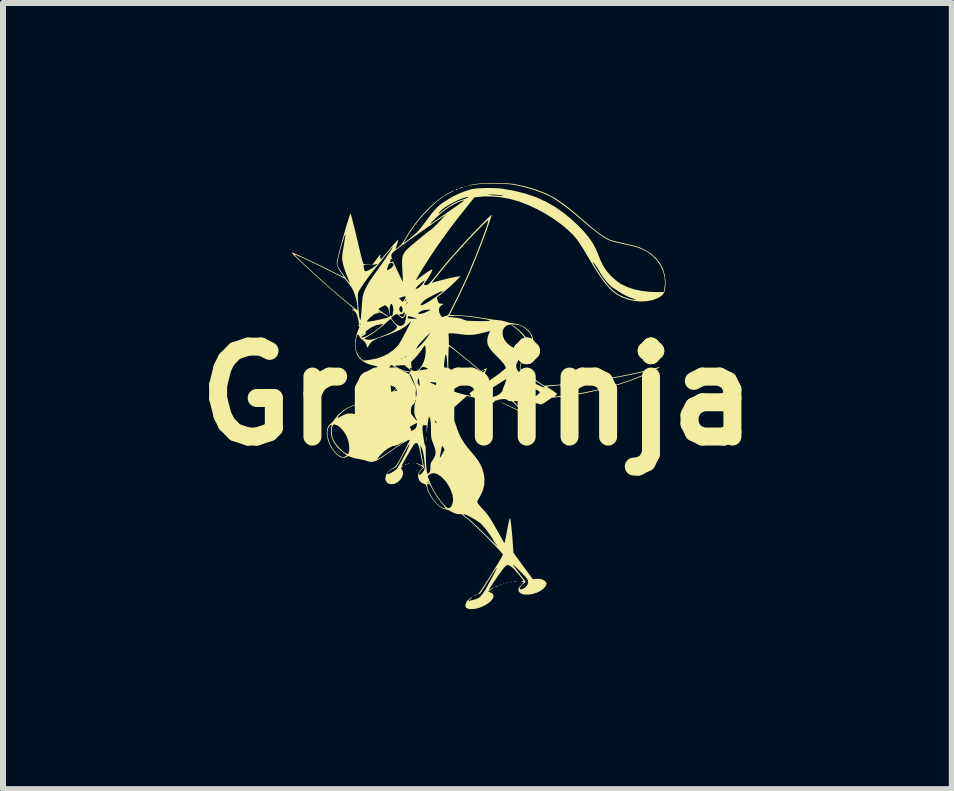
<source format=kicad_pcb>
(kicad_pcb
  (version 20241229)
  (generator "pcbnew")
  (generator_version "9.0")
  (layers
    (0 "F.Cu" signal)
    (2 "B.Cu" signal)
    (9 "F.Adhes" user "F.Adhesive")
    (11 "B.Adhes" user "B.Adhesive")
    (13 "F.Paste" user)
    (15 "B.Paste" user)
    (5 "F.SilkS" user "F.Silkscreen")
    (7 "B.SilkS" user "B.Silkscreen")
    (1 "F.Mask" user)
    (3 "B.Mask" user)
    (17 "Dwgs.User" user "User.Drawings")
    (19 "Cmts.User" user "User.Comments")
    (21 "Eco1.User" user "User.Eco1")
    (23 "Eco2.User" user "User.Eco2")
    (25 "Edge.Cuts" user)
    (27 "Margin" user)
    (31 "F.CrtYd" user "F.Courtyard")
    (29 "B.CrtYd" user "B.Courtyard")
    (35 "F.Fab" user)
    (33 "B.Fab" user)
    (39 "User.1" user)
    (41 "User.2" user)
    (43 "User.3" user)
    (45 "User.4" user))
  (footprint "Greninja"
    (layer "F.Cu")
    (at 4.907 3.548)
    (property "Reference" "Greninja" (at 0 0 0) (layer "F.SilkS") (effects (font (size 1.5 1.5) (thickness 0.3))))
    (attr board_only exclude_from_pos_files exclude_from_bom)
    (fp_poly (pts (xy -2.064 -1.331) (xy -2.069 -1.326) (xy -2.075 -1.331) (xy -2.069 -1.336)) (stroke (width 0) (type solid)) (fill yes) (layer "F.SilkS"))
    (fp_poly (pts (xy -2.054 -1.3) (xy -2.059 -1.295) (xy -2.064 -1.3) (xy -2.059 -1.305)) (stroke (width 0) (type solid)) (fill yes) (layer "F.SilkS"))
    (fp_poly (pts (xy -2.014 -1.219) (xy -2.019 -1.214) (xy -2.024 -1.219) (xy -2.019 -1.224)) (stroke (width 0) (type solid)) (fill yes) (layer "F.SilkS"))
    (fp_poly (pts (xy -1.882 -0.207) (xy -1.887 -0.202) (xy -1.892 -0.207) (xy -1.887 -0.213)) (stroke (width 0) (type solid)) (fill yes) (layer "F.SilkS"))
    (fp_poly (pts (xy -1.862 -0.238) (xy -1.867 -0.233) (xy -1.872 -0.238) (xy -1.867 -0.243)) (stroke (width 0) (type solid)) (fill yes) (layer "F.SilkS"))
    (fp_poly (pts (xy 0.354 0.086) (xy 0.349 0.091) (xy 0.344 0.086) (xy 0.349 0.081)) (stroke (width 0) (type solid)) (fill yes) (layer "F.SilkS"))
    (fp_poly (pts (xy 0.354 3.162) (xy 0.349 3.167) (xy 0.344 3.162) (xy 0.349 3.157)) (stroke (width 0) (type solid)) (fill yes) (layer "F.SilkS"))
    (fp_poly (pts (xy 0.374 0.096) (xy 0.369 0.101) (xy 0.364 0.096) (xy 0.369 0.091)) (stroke (width 0) (type solid)) (fill yes) (layer "F.SilkS"))
    (fp_poly (pts (xy 0.476 3.122) (xy 0.471 3.127) (xy 0.465 3.122) (xy 0.471 3.117)) (stroke (width 0) (type solid)) (fill yes) (layer "F.SilkS"))
    (fp_poly (pts (xy -2.078 -1.373) (xy -2.077 -1.361) (xy -2.078 -1.359) (xy -2.084 -1.361) (xy -2.085 -1.366) (xy -2.081 -1.374)) (stroke (width 0) (type solid)) (fill yes) (layer "F.SilkS"))
    (fp_poly (pts (xy -1.906 -0.159) (xy -1.905 -0.147) (xy -1.906 -0.145) (xy -1.912 -0.146) (xy -1.913 -0.152) (xy -1.909 -0.16)) (stroke (width 0) (type solid)) (fill yes) (layer "F.SilkS"))
    (fp_poly (pts (xy -1.896 -0.189) (xy -1.895 -0.177) (xy -1.896 -0.175) (xy -1.902 -0.177) (xy -1.902 -0.182) (xy -1.899 -0.19)) (stroke (width 0) (type solid)) (fill yes) (layer "F.SilkS"))
    (fp_poly (pts (xy -1.131 1.127) (xy -1.13 1.13) (xy -1.144 1.132) (xy -1.158 1.13) (xy -1.156 1.127) (xy -1.135 1.125)) (stroke (width 0) (type solid)) (fill yes) (layer "F.SilkS"))
    (fp_poly (pts (xy -1.066 1.117) (xy -1.067 1.123) (xy -1.073 1.123) (xy -1.081 1.12) (xy -1.079 1.117) (xy -1.067 1.115)) (stroke (width 0) (type solid)) (fill yes) (layer "F.SilkS"))
    (fp_poly (pts (xy -0.206 -3.488) (xy -0.207 -3.482) (xy -0.213 -3.481) (xy -0.221 -3.485) (xy -0.219 -3.488) (xy -0.207 -3.489)) (stroke (width 0) (type solid)) (fill yes) (layer "F.SilkS"))
    (fp_poly (pts (xy -0.165 -3.497) (xy -0.168 -3.493) (xy -0.178 -3.492) (xy -0.189 -3.495) (xy -0.184 -3.498) (xy -0.168 -3.499)) (stroke (width 0) (type solid)) (fill yes) (layer "F.SilkS"))
    (fp_poly (pts (xy 0.381 3.151) (xy 0.38 3.157) (xy 0.374 3.157) (xy 0.366 3.154) (xy 0.368 3.151) (xy 0.38 3.149)) (stroke (width 0) (type solid)) (fill yes) (layer "F.SilkS"))
    (fp_poly (pts (xy 0.412 3.14) (xy 0.41 3.146) (xy 0.405 3.147) (xy 0.396 3.143) (xy 0.398 3.14) (xy 0.41 3.139)) (stroke (width 0) (type solid)) (fill yes) (layer "F.SilkS"))
    (fp_poly (pts (xy 0.442 3.13) (xy 0.44 3.136) (xy 0.435 3.137) (xy 0.427 3.133) (xy 0.428 3.13) (xy 0.44 3.129)) (stroke (width 0) (type solid)) (fill yes) (layer "F.SilkS"))
    (fp_poly (pts (xy 0.513 3.11) (xy 0.511 3.116) (xy 0.506 3.117) (xy 0.498 3.113) (xy 0.499 3.11) (xy 0.511 3.109)) (stroke (width 0) (type solid)) (fill yes) (layer "F.SilkS"))
    (fp_poly (pts (xy 0.574 3.101) (xy 0.571 3.105) (xy 0.561 3.106) (xy 0.55 3.103) (xy 0.555 3.1) (xy 0.57 3.099)) (stroke (width 0) (type solid)) (fill yes) (layer "F.SilkS"))
    (fp_poly (pts (xy -1.916 -0.104) (xy -1.914 -0.074) (xy -1.916 -0.058) (xy -1.918 -0.053) (xy -1.92 -0.066) (xy -1.92 -0.081) (xy -1.919 -0.103) (xy -1.917 -0.109)) (stroke (width 0) (type solid)) (fill yes) (layer "F.SilkS"))
    (fp_poly (pts (xy -1.815 -0.297) (xy -1.827 -0.283) (xy -1.842 -0.268) (xy -1.85 -0.263) (xy -1.848 -0.269) (xy -1.837 -0.283) (xy -1.821 -0.298) (xy -1.813 -0.304)) (stroke (width 0) (type solid)) (fill yes) (layer "F.SilkS"))
    (fp_poly (pts (xy -1.177 1.138) (xy -1.184 1.144) (xy -1.202 1.152) (xy -1.209 1.153) (xy -1.211 1.149) (xy -1.204 1.144) (xy -1.186 1.135) (xy -1.179 1.134)) (stroke (width 0) (type solid)) (fill yes) (layer "F.SilkS"))
    (fp_poly (pts (xy -0.327 -3.446) (xy -0.334 -3.441) (xy -0.352 -3.432) (xy -0.359 -3.431) (xy -0.361 -3.435) (xy -0.354 -3.441) (xy -0.336 -3.449) (xy -0.329 -3.45)) (stroke (width 0) (type solid)) (fill yes) (layer "F.SilkS"))
    (fp_poly (pts (xy -0.01 3.311) (xy -0.019 3.318) (xy -0.04 3.329) (xy -0.057 3.336) (xy -0.057 3.334) (xy -0.046 3.325) (xy -0.027 3.313) (xy -0.017 3.309)) (stroke (width 0) (type solid)) (fill yes) (layer "F.SilkS"))
    (fp_poly (pts (xy 0.331 3.172) (xy 0.324 3.178) (xy 0.305 3.186) (xy 0.299 3.187) (xy 0.297 3.183) (xy 0.304 3.178) (xy 0.322 3.169) (xy 0.329 3.168)) (stroke (width 0) (type solid)) (fill yes) (layer "F.SilkS"))
    (fp_poly (pts (xy 0.655 3.09) (xy 0.658 3.092) (xy 0.643 3.094) (xy 0.632 3.094) (xy 0.613 3.093) (xy 0.61 3.091) (xy 0.615 3.089) (xy 0.641 3.088)) (stroke (width 0) (type solid)) (fill yes) (layer "F.SilkS"))
    (fp_poly (pts (xy -0.853 0.677) (xy -0.853 0.681) (xy -0.851 0.717) (xy -0.853 0.75) (xy -0.853 0.752) (xy -0.855 0.759) (xy -0.856 0.748) (xy -0.857 0.721) (xy -0.857 0.713) (xy -0.856 0.685) (xy -0.855 0.672)) (stroke (width 0) (type solid)) (fill yes) (layer "F.SilkS"))
    (fp_poly (pts (xy -0.243 -3.48) (xy -0.241 -3.477) (xy -0.255 -3.469) (xy -0.263 -3.466) (xy -0.291 -3.456) (xy -0.307 -3.453) (xy -0.309 -3.455) (xy -0.294 -3.464) (xy -0.288 -3.466) (xy -0.263 -3.476) (xy -0.243 -3.48)) (stroke (width 0) (type solid)) (fill yes) (layer "F.SilkS"))
    (fp_poly (pts (xy 0.34 -3.548) (xy 0.429 -3.545) (xy 0.511 -3.541) (xy 0.581 -3.535) (xy 0.627 -3.528) (xy 0.812 -3.488) (xy 0.978 -3.439) (xy 1.128 -3.381) (xy 1.194 -3.349) (xy 1.252 -3.319) (xy 1.311 -3.284) (xy 1.372 -3.244) (xy 1.437 -3.198) (xy 1.508 -3.144) (xy 1.586 -3.081) (xy 1.674 -3.008) (xy 1.774 -2.922) (xy 1.852 -2.854) (xy 1.919 -2.797) (xy 1.987 -2.743) (xy 2.054 -2.694) (xy 2.116 -2.653) (xy 2.171 -2.621) (xy 2.215 -2.6) (xy 2.222 -2.597) (xy 2.25 -2.589) (xy 2.292 -2.578) (xy 2.344 -2.565) (xy 2.402 -2.552) (xy 2.434 -2.545) (xy 2.514 -2.527) (xy 2.577 -2.512) (xy 2.628 -2.499) (xy 2.67 -2.486) (xy 2.707 -2.473) (xy 2.742 -2.458) (xy 2.779 -2.44) (xy 2.798 -2.431) (xy 2.895 -2.37) (xy 2.977 -2.297) (xy 3.043 -2.213) (xy 3.092 -2.119) (xy 3.123 -2.017) (xy 3.135 -1.907) (xy 3.135 -1.857) (xy 3.129 -1.79) (xy 3.118 -1.738) (xy 3.098 -1.699) (xy 3.068 -1.667) (xy 3.026 -1.64) (xy 3.01 -1.631) (xy 2.92 -1.597) (xy 2.821 -1.578) (xy 2.717 -1.573) (xy 2.61 -1.583) (xy 2.505 -1.607) (xy 2.405 -1.644) (xy 2.325 -1.689) (xy 2.275 -1.725) (xy 2.225 -1.768) (xy 2.176 -1.819) (xy 2.124 -1.881) (xy 2.07 -1.954) (xy 2.012 -2.04) (xy 1.948 -2.141) (xy 1.895 -2.229) (xy 1.923 -2.229) (xy 1.928 -2.215) (xy 1.943 -2.188) (xy 1.965 -2.15) (xy 1.992 -2.106) (xy 2.022 -2.057) (xy 2.054 -2.009) (xy 2.084 -1.963) (xy 2.098 -1.945) (xy 2.172 -1.848) (xy 2.247 -1.77) (xy 2.322 -1.71) (xy 2.391 -1.67) (xy 2.449 -1.645) (xy 2.51 -1.624) (xy 2.567 -1.609) (xy 2.614 -1.601) (xy 2.626 -1.6) (xy 2.646 -1.6) (xy 2.626 -1.609) (xy 2.608 -1.616) (xy 2.576 -1.629) (xy 2.537 -1.644) (xy 2.523 -1.649) (xy 2.474 -1.671) (xy 2.423 -1.698) (xy 2.38 -1.724) (xy 2.376 -1.727) (xy 2.337 -1.753) (xy 2.297 -1.779) (xy 2.264 -1.798) (xy 2.233 -1.821) (xy 2.194 -1.858) (xy 2.152 -1.905) (xy 2.11 -1.958) (xy 2.071 -2.013) (xy 2.038 -2.067) (xy 2.03 -2.082) (xy 2.01 -2.116) (xy 1.988 -2.151) (xy 1.966 -2.183) (xy 1.946 -2.21) (xy 1.931 -2.227) (xy 1.923 -2.231) (xy 1.923 -2.229) (xy 1.895 -2.229) (xy 1.877 -2.259) (xy 1.867 -2.277) (xy 1.812 -2.369) (xy 1.766 -2.446) (xy 1.726 -2.509) (xy 1.691 -2.561) (xy 1.66 -2.605) (xy 1.63 -2.642) (xy 1.607 -2.669) (xy 1.511 -2.764) (xy 1.399 -2.858) (xy 1.273 -2.949) (xy 1.137 -3.034) (xy 0.995 -3.112) (xy 0.849 -3.18) (xy 0.704 -3.236) (xy 0.687 -3.242) (xy 0.543 -3.282) (xy 0.393 -3.31) (xy 0.243 -3.323) (xy 0.098 -3.323) (xy 0.017 -3.316) (xy -0.051 -3.307) (xy -0.206 -3.113) (xy -0.338 -2.946) (xy -0.459 -2.787) (xy -0.571 -2.634) (xy -0.679 -2.481) (xy -0.721 -2.419) (xy -0.762 -2.357) (xy -0.805 -2.292) (xy -0.847 -2.226) (xy -0.888 -2.161) (xy -0.926 -2.1) (xy -0.96 -2.044) (xy -0.987 -1.997) (xy -1.008 -1.961) (xy -1.02 -1.938) (xy -1.022 -1.931) (xy -1.015 -1.931) (xy -0.997 -1.943) (xy -0.974 -1.961) (xy -0.938 -1.989) (xy -0.898 -2.019) (xy -0.858 -2.047) (xy -0.819 -2.073) (xy -0.787 -2.092) (xy -0.763 -2.105) (xy -0.752 -2.107) (xy -0.751 -2.107) (xy -0.754 -2.091) (xy -0.765 -2.063) (xy -0.784 -2.026) (xy -0.807 -1.986) (xy -0.832 -1.947) (xy -0.849 -1.923) (xy -0.87 -1.894) (xy -0.885 -1.872) (xy -0.891 -1.86) (xy -0.891 -1.86) (xy -0.882 -1.848) (xy -0.86 -1.846) (xy -0.837 -1.851) (xy -0.82 -1.86) (xy -0.798 -1.878) (xy -0.792 -1.885) (xy -0.755 -1.885) (xy -0.745 -1.886) (xy -0.722 -1.893) (xy -0.707 -1.898) (xy -0.672 -1.909) (xy -0.623 -1.923) (xy -0.564 -1.938) (xy -0.503 -1.953) (xy -0.442 -1.967) (xy -0.388 -1.978) (xy -0.347 -1.986) (xy -0.334 -1.988) (xy -0.278 -1.995) (xy -0.379 -1.895) (xy -0.422 -1.854) (xy -0.47 -1.81) (xy -0.519 -1.767) (xy -0.567 -1.726) (xy -0.61 -1.691) (xy -0.644 -1.665) (xy -0.665 -1.651) (xy -0.673 -1.644) (xy -0.674 -1.63) (xy -0.667 -1.606) (xy -0.663 -1.591) (xy -0.652 -1.561) (xy -0.642 -1.545) (xy -0.626 -1.539) (xy -0.604 -1.536) (xy -0.562 -1.533) (xy -0.599 -1.508) (xy -0.623 -1.489) (xy -0.635 -1.468) (xy -0.64 -1.438) (xy -0.64 -1.437) (xy -0.638 -1.401) (xy -0.627 -1.37) (xy -0.615 -1.349) (xy -0.598 -1.324) (xy -0.586 -1.314) (xy -0.573 -1.315) (xy -0.559 -1.321) (xy -0.554 -1.323) (xy -0.493 -1.323) (xy -0.493 -1.319) (xy -0.481 -1.316) (xy -0.454 -1.312) (xy -0.415 -1.308) (xy -0.386 -1.305) (xy -0.331 -1.299) (xy -0.286 -1.29) (xy -0.255 -1.281) (xy -0.251 -1.279) (xy -0.217 -1.265) (xy -0.182 -1.255) (xy -0.182 -1.255) (xy -0.156 -1.252) (xy -0.117 -1.25) (xy -0.069 -1.248) (xy -0.015 -1.247) (xy 0.04 -1.246) (xy 0.093 -1.246) (xy 0.141 -1.247) (xy 0.179 -1.248) (xy 0.204 -1.25) (xy 0.213 -1.253) (xy 0.203 -1.259) (xy 0.176 -1.268) (xy 0.135 -1.277) (xy 0.083 -1.286) (xy 0.023 -1.296) (xy -0.042 -1.306) (xy -0.109 -1.315) (xy -0.175 -1.323) (xy -0.238 -1.329) (xy -0.293 -1.332) (xy -0.294 -1.332) (xy -0.354 -1.334) (xy -0.407 -1.334) (xy -0.449 -1.332) (xy -0.479 -1.328) (xy -0.493 -1.323) (xy -0.554 -1.323) (xy -0.534 -1.332) (xy -0.515 -1.336) (xy -0.494 -1.343) (xy -0.487 -1.349) (xy -0.478 -1.364) (xy -0.461 -1.395) (xy -0.439 -1.439) (xy -0.411 -1.493) (xy -0.38 -1.556) (xy -0.346 -1.624) (xy -0.311 -1.695) (xy -0.277 -1.767) (xy -0.244 -1.836) (xy -0.214 -1.901) (xy -0.187 -1.958) (xy -0.169 -1.999) (xy -0.134 -2.078) (xy -0.098 -2.166) (xy -0.06 -2.257) (xy -0.022 -2.352) (xy 0.015 -2.447) (xy 0.051 -2.539) (xy 0.084 -2.627) (xy 0.113 -2.707) (xy 0.139 -2.778) (xy 0.159 -2.838) (xy 0.173 -2.883) (xy 0.179 -2.909) (xy 0.181 -2.921) (xy 0.178 -2.926) (xy 0.168 -2.921) (xy 0.15 -2.906) (xy 0.121 -2.877) (xy 0.106 -2.864) (xy 0.055 -2.813) (xy -0.006 -2.75) (xy -0.075 -2.678) (xy -0.148 -2.602) (xy -0.221 -2.523) (xy -0.292 -2.445) (xy -0.358 -2.372) (xy -0.416 -2.307) (xy -0.417 -2.305) (xy -0.46 -2.255) (xy -0.506 -2.201) (xy -0.552 -2.145) (xy -0.598 -2.09) (xy -0.641 -2.037) (xy -0.68 -1.988) (xy -0.712 -1.947) (xy -0.737 -1.914) (xy -0.752 -1.893) (xy -0.755 -1.885) (xy -0.792 -1.885) (xy -0.771 -1.907) (xy -0.735 -1.95) (xy -0.698 -1.996) (xy -0.605 -2.112) (xy -0.501 -2.236) (xy -0.39 -2.364) (xy -0.276 -2.492) (xy -0.164 -2.614) (xy -0.129 -2.651) (xy -0.058 -2.726) (xy 0.008 -2.794) (xy 0.068 -2.856) (xy 0.121 -2.909) (xy 0.165 -2.953) (xy 0.2 -2.986) (xy 0.224 -3.007) (xy 0.236 -3.015) (xy 0.237 -3.015) (xy 0.235 -3.004) (xy 0.227 -2.977) (xy 0.213 -2.935) (xy 0.195 -2.881) (xy 0.173 -2.819) (xy 0.148 -2.749) (xy 0.121 -2.674) (xy 0.092 -2.597) (xy 0.063 -2.52) (xy 0.034 -2.445) (xy 0.007 -2.376) (xy -0.069 -2.188) (xy -0.144 -2.012) (xy -0.222 -1.842) (xy -0.304 -1.669) (xy -0.349 -1.578) (xy -0.463 -1.349) (xy -0.305 -1.343) (xy -0.208 -1.337) (xy -0.106 -1.327) (xy 0.007 -1.311) (xy 0.066 -1.302) (xy 0.135 -1.291) (xy 0.203 -1.28) (xy 0.266 -1.271) (xy 0.318 -1.264) (xy 0.356 -1.26) (xy 0.359 -1.26) (xy 0.405 -1.254) (xy 0.45 -1.244) (xy 0.484 -1.233) (xy 0.486 -1.233) (xy 0.523 -1.221) (xy 0.567 -1.212) (xy 0.592 -1.21) (xy 0.667 -1.198) (xy 0.738 -1.172) (xy 0.802 -1.134) (xy 0.856 -1.087) (xy 0.897 -1.032) (xy 0.922 -0.972) (xy 0.928 -0.932) (xy 0.929 -0.893) (xy 0.923 -0.865) (xy 0.911 -0.845) (xy 0.892 -0.816) (xy 0.878 -0.791) (xy 0.864 -0.764) (xy 0.85 -0.734) (xy 0.833 -0.7) (xy 0.808 -0.66) (xy 0.78 -0.619) (xy 0.777 -0.614) (xy 0.747 -0.57) (xy 0.729 -0.534) (xy 0.721 -0.502) (xy 0.721 -0.501) (xy 0.716 -0.457) (xy 0.801 -0.39) (xy 0.844 -0.357) (xy 0.897 -0.318) (xy 0.953 -0.279) (xy 1 -0.247) (xy 1.114 -0.17) (xy 1.293 -0.182) (xy 1.449 -0.194) (xy 1.618 -0.212) (xy 1.796 -0.235) (xy 1.98 -0.262) (xy 2.166 -0.292) (xy 2.35 -0.324) (xy 2.528 -0.359) (xy 2.697 -0.396) (xy 2.852 -0.433) (xy 2.97 -0.464) (xy 3.005 -0.474) (xy 3.031 -0.48) (xy 3.044 -0.481) (xy 3.044 -0.481) (xy 3.037 -0.475) (xy 3.015 -0.463) (xy 2.981 -0.444) (xy 2.938 -0.422) (xy 2.89 -0.398) (xy 2.839 -0.373) (xy 2.789 -0.35) (xy 2.743 -0.328) (xy 2.704 -0.311) (xy 2.697 -0.308) (xy 2.536 -0.246) (xy 2.36 -0.188) (xy 2.174 -0.134) (xy 1.981 -0.086) (xy 1.787 -0.044) (xy 1.596 -0.01) (xy 1.413 0.014) (xy 1.356 0.02) (xy 1.24 0.031) (xy 1.15 0.092) (xy 1.109 0.119) (xy 1.081 0.135) (xy 1.062 0.143) (xy 1.049 0.144) (xy 1.04 0.141) (xy 1.018 0.132) (xy 0.985 0.125) (xy 0.973 0.123) (xy 0.943 0.116) (xy 0.93 0.108) (xy 0.929 0.099) (xy 0.922 0.084) (xy 0.897 0.072) (xy 0.859 0.063) (xy 0.808 0.057) (xy 0.789 0.057) (xy 0.748 0.058) (xy 0.721 0.062) (xy 0.703 0.072) (xy 0.7 0.075) (xy 0.676 0.088) (xy 0.645 0.088) (xy 0.643 0.088) (xy 0.619 0.086) (xy 0.608 0.089) (xy 0.607 0.09) (xy 0.614 0.1) (xy 0.632 0.12) (xy 0.657 0.145) (xy 0.659 0.147) (xy 0.693 0.182) (xy 0.728 0.22) (xy 0.75 0.245) (xy 0.791 0.293) (xy 0.757 0.279) (xy 0.716 0.261) (xy 0.668 0.24) (xy 0.618 0.217) (xy 0.567 0.193) (xy 0.518 0.17) (xy 0.473 0.148) (xy 0.435 0.13) (xy 0.407 0.115) (xy 0.391 0.106) (xy 0.39 0.104) (xy 0.395 0.105) (xy 0.409 0.111) (xy 0.437 0.123) (xy 0.478 0.142) (xy 0.526 0.164) (xy 0.564 0.181) (xy 0.616 0.205) (xy 0.662 0.226) (xy 0.699 0.241) (xy 0.723 0.251) (xy 0.731 0.253) (xy 0.729 0.246) (xy 0.715 0.228) (xy 0.691 0.202) (xy 0.66 0.169) (xy 0.658 0.167) (xy 0.62 0.13) (xy 0.592 0.105) (xy 0.573 0.092) (xy 0.558 0.087) (xy 0.55 0.087) (xy 0.521 0.084) (xy 0.499 0.071) (xy 0.48 0.058) (xy 0.46 0.053) (xy 0.432 0.053) (xy 0.41 0.055) (xy 0.376 0.06) (xy 0.35 0.065) (xy 0.339 0.069) (xy 0.321 0.076) (xy 0.319 0.077) (xy 0.299 0.079) (xy 0.296 0.079) (xy 0.285 0.089) (xy 0.283 0.096) (xy 0.274 0.108) (xy 0.253 0.111) (xy 0.224 0.115) (xy 0.19 0.125) (xy 0.184 0.127) (xy 0.144 0.143) (xy 0.044 0.082) (xy -0.01 0.051) (xy -0.054 0.03) (xy -0.091 0.017) (xy -0.117 0.012) (xy -0.177 0.002) (xy -0.252 0.069) (xy -0.295 0.108) (xy -0.342 0.149) (xy -0.386 0.187) (xy -0.396 0.195) (xy -0.427 0.222) (xy -0.451 0.243) (xy -0.464 0.255) (xy -0.465 0.257) (xy -0.461 0.267) (xy -0.448 0.289) (xy -0.431 0.319) (xy -0.413 0.353) (xy -0.392 0.4) (xy -0.371 0.452) (xy -0.358 0.489) (xy -0.333 0.562) (xy -0.308 0.625) (xy -0.282 0.682) (xy -0.251 0.737) (xy -0.215 0.792) (xy -0.171 0.852) (xy -0.116 0.919) (xy -0.05 0.997) (xy -0.046 1.002) (xy 0.022 1.093) (xy 0.072 1.188) (xy 0.104 1.286) (xy 0.118 1.384) (xy 0.114 1.482) (xy 0.091 1.576) (xy 0.049 1.666) (xy 0.031 1.696) (xy 0.012 1.728) (xy 0.000426 1.756) (xy -0.002 1.77) (xy 0.007 1.791) (xy 0.03 1.822) (xy 0.067 1.863) (xy 0.08 1.877) (xy 0.113 1.912) (xy 0.143 1.946) (xy 0.171 1.983) (xy 0.2 2.024) (xy 0.232 2.074) (xy 0.267 2.133) (xy 0.309 2.206) (xy 0.35 2.279) (xy 0.38 2.333) (xy 0.407 2.38) (xy 0.428 2.418) (xy 0.444 2.444) (xy 0.451 2.456) (xy 0.452 2.456) (xy 0.455 2.445) (xy 0.46 2.418) (xy 0.469 2.378) (xy 0.479 2.326) (xy 0.49 2.268) (xy 0.49 2.265) (xy 0.502 2.204) (xy 0.513 2.149) (xy 0.523 2.103) (xy 0.53 2.07) (xy 0.535 2.053) (xy 0.541 2.037) (xy 0.545 2.039) (xy 0.55 2.059) (xy 0.55 2.059) (xy 0.557 2.1) (xy 0.564 2.158) (xy 0.571 2.232) (xy 0.579 2.32) (xy 0.587 2.419) (xy 0.588 2.439) (xy 0.601 2.616) (xy 0.763 2.837) (xy 0.925 3.057) (xy 0.963 3.051) (xy 1.017 3.048) (xy 1.069 3.057) (xy 1.113 3.076) (xy 1.126 3.086) (xy 1.145 3.106) (xy 1.152 3.125) (xy 1.149 3.145) (xy 1.135 3.175) (xy 1.106 3.209) (xy 1.096 3.217) (xy 1.047 3.253) (xy 0.99 3.28) (xy 0.928 3.3) (xy 0.867 3.311) (xy 0.808 3.313) (xy 0.757 3.306) (xy 0.717 3.288) (xy 0.698 3.271) (xy 0.683 3.243) (xy 0.685 3.214) (xy 0.704 3.182) (xy 0.735 3.15) (xy 0.76 3.125) (xy 0.769 3.11) (xy 0.762 3.101) (xy 0.739 3.095) (xy 0.729 3.093) (xy 0.715 3.09) (xy 0.72 3.089) (xy 0.736 3.088) (xy 0.759 3.086) (xy 0.769 3.082) (xy 0.769 3.081) (xy 0.763 3.071) (xy 0.746 3.049) (xy 0.722 3.019) (xy 0.694 2.984) (xy 0.663 2.949) (xy 0.634 2.915) (xy 0.61 2.888) (xy 0.595 2.873) (xy 0.567 2.849) (xy 0.538 2.83) (xy 0.527 2.825) (xy 0.506 2.82) (xy 0.489 2.823) (xy 0.469 2.838) (xy 0.459 2.846) (xy 0.445 2.861) (xy 0.424 2.889) (xy 0.396 2.927) (xy 0.363 2.972) (xy 0.329 3.021) (xy 0.295 3.071) (xy 0.262 3.119) (xy 0.234 3.162) (xy 0.211 3.198) (xy 0.197 3.222) (xy 0.192 3.233) (xy 0.2 3.232) (xy 0.22 3.222) (xy 0.238 3.212) (xy 0.267 3.196) (xy 0.281 3.19) (xy 0.279 3.194) (xy 0.262 3.207) (xy 0.23 3.228) (xy 0.23 3.228) (xy 0.177 3.261) (xy 0.211 3.273) (xy 0.248 3.293) (xy 0.267 3.319) (xy 0.268 3.351) (xy 0.251 3.387) (xy 0.218 3.426) (xy 0.167 3.466) (xy 0.162 3.469) (xy 0.099 3.505) (xy 0.031 3.532) (xy -0.036 3.549) (xy -0.098 3.555) (xy -0.139 3.552) (xy -0.167 3.543) (xy -0.187 3.532) (xy -0.201 3.509) (xy -0.199 3.477) (xy -0.185 3.442) (xy -0.16 3.406) (xy -0.129 3.378) (xy -0.099 3.356) (xy -0.083 3.346) (xy -0.082 3.348) (xy -0.095 3.362) (xy -0.109 3.375) (xy -0.132 3.396) (xy -0.146 3.411) (xy -0.149 3.417) (xy -0.137 3.417) (xy -0.112 3.411) (xy -0.079 3.403) (xy -0.044 3.393) (xy -0.011 3.382) (xy 0.013 3.373) (xy 0.018 3.371) (xy 0.049 3.346) (xy 0.085 3.303) (xy 0.126 3.242) (xy 0.167 3.17) (xy 0.216 3.081) (xy 0.256 3.007) (xy 0.287 2.948) (xy 0.308 2.904) (xy 0.321 2.878) (xy 0.323 2.869) (xy 0.32 2.868) (xy 0.311 2.88) (xy 0.294 2.904) (xy 0.268 2.943) (xy 0.235 2.996) (xy 0.192 3.065) (xy 0.156 3.123) (xy 0.113 3.192) (xy 0.079 3.244) (xy 0.054 3.279) (xy 0.036 3.298) (xy 0.028 3.303) (xy 0.008 3.306) (xy 0.002 3.303) (xy 0.014 3.296) (xy 0.019 3.294) (xy 0.028 3.285) (xy 0.046 3.26) (xy 0.072 3.223) (xy 0.103 3.175) (xy 0.139 3.12) (xy 0.178 3.059) (xy 0.219 2.995) (xy 0.259 2.929) (xy 0.298 2.866) (xy 0.33 2.814) (xy 0.593 2.814) (xy 0.597 2.823) (xy 0.613 2.845) (xy 0.637 2.878) (xy 0.667 2.919) (xy 0.699 2.96) (xy 0.739 3.011) (xy 0.767 3.048) (xy 0.786 3.074) (xy 0.796 3.091) (xy 0.799 3.102) (xy 0.797 3.109) (xy 0.79 3.115) (xy 0.787 3.117) (xy 0.753 3.143) (xy 0.726 3.172) (xy 0.71 3.197) (xy 0.708 3.207) (xy 0.711 3.223) (xy 0.722 3.227) (xy 0.745 3.221) (xy 0.756 3.217) (xy 0.799 3.193) (xy 0.829 3.159) (xy 0.845 3.12) (xy 0.843 3.08) (xy 0.831 3.054) (xy 0.818 3.036) (xy 0.795 3.01) (xy 0.764 2.977) (xy 0.73 2.941) (xy 0.694 2.905) (xy 0.66 2.872) (xy 0.63 2.843) (xy 0.607 2.823) (xy 0.595 2.814) (xy 0.593 2.814) (xy 0.33 2.814) (xy 0.335 2.806) (xy 0.367 2.753) (xy 0.393 2.708) (xy 0.411 2.674) (xy 0.421 2.653) (xy 0.422 2.65) (xy 0.421 2.642) (xy 0.412 2.627) (xy 0.395 2.606) (xy 0.369 2.576) (xy 0.333 2.537) (xy 0.285 2.488) (xy 0.225 2.426) (xy 0.156 2.356) (xy 0.093 2.293) (xy 0.032 2.234) (xy -0.024 2.179) (xy -0.074 2.132) (xy -0.116 2.093) (xy -0.147 2.065) (xy -0.166 2.05) (xy -0.167 2.05) (xy -0.199 2.027) (xy -0.228 2.003) (xy -0.241 1.991) (xy -0.261 1.975) (xy -0.275 1.97) (xy -0.238 1.97) (xy -0.213 1.998) (xy -0.186 2.022) (xy -0.157 2.041) (xy -0.157 2.041) (xy -0.142 2.052) (xy -0.115 2.075) (xy -0.078 2.109) (xy -0.033 2.152) (xy 0.019 2.201) (xy 0.074 2.255) (xy 0.098 2.278) (xy 0.153 2.333) (xy 0.204 2.382) (xy 0.249 2.425) (xy 0.286 2.46) (xy 0.312 2.485) (xy 0.327 2.498) (xy 0.33 2.5) (xy 0.329 2.493) (xy 0.317 2.477) (xy 0.312 2.472) (xy 0.29 2.444) (xy 0.269 2.411) (xy 0.265 2.403) (xy 0.243 2.365) (xy 0.211 2.318) (xy 0.174 2.267) (xy 0.134 2.216) (xy 0.095 2.171) (xy 0.061 2.134) (xy 0.041 2.116) (xy 0.004 2.09) (xy -0.041 2.061) (xy -0.09 2.033) (xy -0.137 2.007) (xy -0.178 1.988) (xy -0.207 1.978) (xy -0.238 1.97) (xy -0.275 1.97) (xy -0.278 1.97) (xy -0.279 1.97) (xy -0.308 1.973) (xy -0.348 1.966) (xy -0.393 1.951) (xy -0.437 1.929) (xy -0.44 1.927) (xy -0.474 1.909) (xy -0.504 1.897) (xy -0.523 1.892) (xy -0.567 1.883) (xy -0.615 1.857) (xy -0.665 1.818) (xy -0.713 1.767) (xy -0.758 1.708) (xy -0.797 1.644) (xy -0.828 1.577) (xy -0.843 1.528) (xy -0.853 1.496) (xy -0.859 1.484) (xy -0.838 1.484) (xy -0.836 1.509) (xy -0.836 1.512) (xy -0.821 1.567) (xy -0.794 1.628) (xy -0.758 1.691) (xy -0.715 1.751) (xy -0.671 1.802) (xy -0.627 1.839) (xy -0.622 1.842) (xy -0.593 1.857) (xy -0.564 1.87) (xy -0.54 1.877) (xy -0.528 1.876) (xy -0.532 1.868) (xy -0.547 1.848) (xy -0.57 1.82) (xy -0.58 1.809) (xy -0.667 1.695) (xy -0.739 1.578) (xy -0.759 1.539) (xy -0.779 1.5) (xy -0.794 1.477) (xy -0.805 1.466) (xy -0.816 1.464) (xy -0.821 1.465) (xy -0.834 1.471) (xy -0.838 1.484) (xy -0.859 1.484) (xy -0.862 1.478) (xy -0.877 1.469) (xy -0.89 1.466) (xy -0.931 1.448) (xy -0.942 1.437) (xy -0.835 1.437) (xy -0.833 1.446) (xy -0.825 1.447) (xy -0.811 1.445) (xy -0.81 1.443) (xy -0.817 1.433) (xy -0.83 1.433) (xy -0.835 1.437) (xy -0.942 1.437) (xy -0.964 1.415) (xy -0.984 1.373) (xy -0.988 1.337) (xy -0.829 1.337) (xy -0.799 1.419) (xy -0.747 1.539) (xy -0.679 1.656) (xy -0.601 1.765) (xy -0.553 1.819) (xy -0.522 1.85) (xy -0.5 1.866) (xy -0.481 1.871) (xy -0.461 1.865) (xy -0.456 1.862) (xy -0.438 1.844) (xy -0.422 1.812) (xy -0.41 1.774) (xy -0.405 1.735) (xy -0.405 1.732) (xy -0.413 1.661) (xy -0.437 1.584) (xy -0.473 1.507) (xy -0.521 1.435) (xy -0.559 1.39) (xy -0.617 1.337) (xy -0.67 1.303) (xy -0.72 1.288) (xy -0.764 1.292) (xy -0.798 1.311) (xy -0.829 1.337) (xy -0.988 1.337) (xy -0.989 1.325) (xy -0.987 1.309) (xy -0.984 1.3) (xy -0.971 1.3) (xy -0.971 1.32) (xy -0.965 1.322) (xy -0.949 1.31) (xy -0.927 1.29) (xy -0.913 1.275) (xy -0.893 1.247) (xy -0.882 1.216) (xy -0.877 1.176) (xy -0.88 1.122) (xy -0.881 1.108) (xy -0.892 1.013) (xy -0.906 0.938) (xy -0.923 0.883) (xy -0.933 0.86) (xy -0.952 0.825) (xy -0.946 0.88) (xy -0.942 0.912) (xy -0.935 0.958) (xy -0.925 1.011) (xy -0.915 1.065) (xy -0.89 1.195) (xy -0.931 1.233) (xy -0.959 1.265) (xy -0.971 1.292) (xy -0.971 1.3) (xy -0.984 1.3) (xy -0.976 1.281) (xy -0.956 1.248) (xy -0.943 1.233) (xy -0.906 1.192) (xy -0.936 1.168) (xy -0.967 1.149) (xy -1.001 1.135) (xy -1.001 1.135) (xy -1.02 1.129) (xy -1.021 1.125) (xy -1.017 1.124) (xy -0.995 1.128) (xy -0.966 1.139) (xy -0.957 1.143) (xy -0.932 1.155) (xy -0.915 1.159) (xy -0.913 1.159) (xy -0.913 1.148) (xy -0.917 1.122) (xy -0.924 1.088) (xy -0.925 1.086) (xy -0.934 1.042) (xy -0.945 0.989) (xy -0.955 0.936) (xy -0.957 0.926) (xy -0.971 0.861) (xy -0.986 0.816) (xy -1.002 0.79) (xy -1.021 0.784) (xy -1.042 0.795) (xy -1.068 0.825) (xy -1.08 0.843) (xy -1.094 0.865) (xy -1.113 0.899) (xy -1.137 0.941) (xy -1.164 0.987) (xy -1.191 1.034) (xy -1.216 1.079) (xy -1.238 1.118) (xy -1.254 1.149) (xy -1.264 1.167) (xy -1.265 1.17) (xy -1.257 1.17) (xy -1.242 1.163) (xy -1.232 1.159) (xy -1.238 1.167) (xy -1.25 1.177) (xy -1.269 1.194) (xy -1.273 1.206) (xy -1.266 1.218) (xy -1.264 1.221) (xy -1.243 1.259) (xy -1.239 1.303) (xy -1.253 1.349) (xy -1.284 1.396) (xy -1.299 1.413) (xy -1.343 1.448) (xy -1.389 1.468) (xy -1.434 1.473) (xy -1.474 1.466) (xy -1.507 1.444) (xy -1.529 1.409) (xy -1.534 1.391) (xy -1.532 1.349) (xy -1.515 1.304) (xy -1.514 1.302) (xy -1.502 1.302) (xy -1.49 1.305) (xy -1.463 1.296) (xy -1.422 1.274) (xy -1.388 1.253) (xy -1.359 1.23) (xy -1.345 1.216) (xy -1.322 1.182) (xy -1.294 1.138) (xy -1.264 1.086) (xy -1.233 1.03) (xy -1.204 0.973) (xy -1.177 0.92) (xy -1.156 0.872) (xy -1.141 0.835) (xy -1.134 0.81) (xy -1.134 0.807) (xy -1.138 0.807) (xy -1.15 0.824) (xy -1.17 0.858) (xy -1.199 0.909) (xy -1.236 0.977) (xy -1.277 1.054) (xy -1.306 1.107) (xy -1.327 1.145) (xy -1.343 1.17) (xy -1.357 1.187) (xy -1.369 1.196) (xy -1.384 1.202) (xy -1.388 1.204) (xy -1.427 1.221) (xy -1.464 1.247) (xy -1.492 1.277) (xy -1.498 1.286) (xy -1.502 1.302) (xy -1.514 1.302) (xy -1.486 1.261) (xy -1.448 1.225) (xy -1.405 1.199) (xy -1.395 1.195) (xy -1.384 1.19) (xy -1.373 1.182) (xy -1.361 1.169) (xy -1.346 1.148) (xy -1.327 1.118) (xy -1.303 1.076) (xy -1.273 1.02) (xy -1.241 0.961) (xy -1.209 0.899) (xy -1.18 0.844) (xy -1.156 0.797) (xy -1.139 0.761) (xy -1.128 0.739) (xy -1.127 0.732) (xy -1.139 0.733) (xy -1.166 0.745) (xy -1.206 0.767) (xy -1.256 0.797) (xy -1.315 0.836) (xy -1.381 0.88) (xy -1.446 0.926) (xy -1.523 0.98) (xy -1.586 1.023) (xy -1.638 1.056) (xy -1.682 1.079) (xy -1.719 1.093) (xy -1.752 1.1) (xy -1.783 1.099) (xy -1.815 1.093) (xy -1.847 1.083) (xy -1.89 1.07) (xy -1.941 1.059) (xy -1.981 1.052) (xy -1.991 1.05) (xy -1.663 1.05) (xy -1.659 1.052) (xy -1.648 1.047) (xy -1.622 1.031) (xy -1.585 1.008) (xy -1.539 0.977) (xy -1.487 0.942) (xy -1.459 0.922) (xy -1.402 0.883) (xy -1.348 0.846) (xy -1.3 0.813) (xy -1.262 0.787) (xy -1.236 0.77) (xy -1.23 0.766) (xy -1.208 0.75) (xy -1.197 0.74) (xy -1.197 0.739) (xy -1.208 0.743) (xy -1.235 0.754) (xy -1.273 0.771) (xy -1.32 0.793) (xy -1.359 0.811) (xy -1.421 0.84) (xy -1.469 0.865) (xy -1.505 0.887) (xy -1.535 0.908) (xy -1.562 0.93) (xy -1.572 0.94) (xy -1.612 0.98) (xy -1.642 1.013) (xy -1.659 1.037) (xy -1.663 1.05) (xy -1.991 1.05) (xy -2.027 1.044) (xy -2.072 1.032) (xy -2.104 1.021) (xy -2.134 1.009) (xy -2.153 1.005) (xy -2.167 1.009) (xy -2.177 1.016) (xy -2.215 1.031) (xy -2.256 1.029) (xy -2.299 1.012) (xy -2.343 0.981) (xy -2.384 0.938) (xy -2.422 0.887) (xy -2.456 0.828) (xy -2.483 0.764) (xy -2.501 0.697) (xy -2.509 0.629) (xy -2.509 0.624) (xy -2.499 0.624) (xy -2.492 0.689) (xy -2.473 0.757) (xy -2.445 0.825) (xy -2.409 0.887) (xy -2.368 0.941) (xy -2.323 0.983) (xy -2.278 1.009) (xy -2.27 1.012) (xy -2.249 1.018) (xy -2.24 1.021) (xy -2.231 1.019) (xy -2.21 1.012) (xy -2.208 1.011) (xy -2.186 1.002) (xy -2.176 0.994) (xy -2.176 0.993) (xy -2.184 0.985) (xy -2.204 0.969) (xy -2.227 0.952) (xy -2.281 0.909) (xy -2.333 0.856) (xy -2.377 0.799) (xy -2.403 0.756) (xy -2.431 0.685) (xy -2.443 0.615) (xy -2.441 0.563) (xy -2.428 0.563) (xy -2.427 0.625) (xy -2.416 0.686) (xy -2.396 0.742) (xy -2.392 0.749) (xy -2.366 0.79) (xy -2.329 0.836) (xy -2.287 0.881) (xy -2.245 0.921) (xy -2.207 0.949) (xy -2.206 0.95) (xy -2.179 0.965) (xy -2.163 0.97) (xy -2.153 0.964) (xy -2.146 0.952) (xy -2.138 0.924) (xy -2.135 0.882) (xy -2.138 0.833) (xy -2.145 0.782) (xy -2.156 0.736) (xy -2.181 0.672) (xy -2.181 0.672) (xy -1.348 0.672) (xy -1.342 0.676) (xy -1.319 0.672) (xy -1.28 0.66) (xy -1.259 0.653) (xy -1.212 0.635) (xy -1.158 0.612) (xy -1.108 0.589) (xy -1.104 0.587) (xy -1.063 0.566) (xy -1.038 0.549) (xy -1.032 0.542) (xy -0.916 0.542) (xy -0.914 0.576) (xy -0.91 0.617) (xy -0.904 0.663) (xy -0.897 0.71) (xy -0.89 0.754) (xy -0.883 0.79) (xy -0.876 0.816) (xy -0.87 0.828) (xy -0.868 0.827) (xy -0.866 0.832) (xy -0.863 0.855) (xy -0.862 0.891) (xy -0.861 0.938) (xy -0.86 0.973) (xy -0.859 1.04) (xy -0.857 1.105) (xy -0.853 1.167) (xy -0.848 1.221) (xy -0.842 1.263) (xy -0.836 1.291) (xy -0.833 1.298) (xy -0.824 1.297) (xy -0.807 1.285) (xy -0.806 1.284) (xy -0.794 1.27) (xy -0.787 1.251) (xy -0.785 1.221) (xy -0.784 1.194) (xy -0.783 1.157) (xy -0.779 1.13) (xy -0.769 1.105) (xy -0.749 1.075) (xy -0.741 1.064) (xy -0.721 1.03) (xy -0.627 1.03) (xy -0.626 1.033) (xy -0.62 1.026) (xy -0.608 1.008) (xy -0.589 0.974) (xy -0.583 0.963) (xy -0.547 0.899) (xy -0.566 0.862) (xy -0.58 0.84) (xy -0.588 0.836) (xy -0.591 0.84) (xy -0.595 0.855) (xy -0.601 0.884) (xy -0.608 0.921) (xy -0.616 0.96) (xy -0.622 0.995) (xy -0.626 1.02) (xy -0.627 1.03) (xy -0.721 1.03) (xy -0.715 1.021) (xy -0.701 0.981) (xy -0.697 0.938) (xy -0.705 0.889) (xy -0.724 0.829) (xy -0.736 0.798) (xy -0.75 0.76) (xy -0.761 0.73) (xy -0.767 0.703) (xy -0.771 0.673) (xy -0.773 0.636) (xy -0.774 0.586) (xy -0.774 0.557) (xy -0.775 0.492) (xy -0.778 0.444) (xy -0.781 0.417) (xy -0.714 0.417) (xy -0.71 0.426) (xy -0.697 0.445) (xy -0.679 0.47) (xy -0.66 0.495) (xy -0.643 0.516) (xy -0.633 0.526) (xy -0.632 0.526) (xy -0.629 0.517) (xy -0.627 0.495) (xy -0.627 0.491) (xy -0.63 0.468) (xy -0.64 0.452) (xy -0.663 0.437) (xy -0.669 0.435) (xy -0.694 0.423) (xy -0.711 0.417) (xy -0.714 0.417) (xy -0.781 0.417) (xy -0.781 0.41) (xy -0.787 0.385) (xy -0.791 0.375) (xy -0.808 0.339) (xy -0.814 0.375) (xy -0.818 0.399) (xy -0.824 0.438) (xy -0.83 0.485) (xy -0.835 0.526) (xy -0.841 0.574) (xy -0.845 0.602) (xy -0.847 0.613) (xy -0.848 0.606) (xy -0.847 0.584) (xy -0.847 0.567) (xy -0.845 0.491) (xy -0.877 0.488) (xy -0.898 0.488) (xy -0.909 0.496) (xy -0.915 0.52) (xy -0.915 0.521) (xy -0.916 0.542) (xy -1.032 0.542) (xy -1.024 0.534) (xy -1.018 0.519) (xy -1.011 0.492) (xy -1.006 0.473) (xy -1.006 0.458) (xy -1.012 0.455) (xy -1.027 0.461) (xy -1.055 0.475) (xy -1.093 0.496) (xy -1.137 0.521) (xy -1.183 0.549) (xy -1.228 0.577) (xy -1.268 0.603) (xy -1.3 0.625) (xy -1.317 0.638) (xy -1.339 0.659) (xy -1.348 0.672) (xy -2.181 0.672) (xy -2.215 0.612) (xy -2.255 0.559) (xy -2.298 0.517) (xy -2.341 0.489) (xy -2.372 0.479) (xy -2.394 0.477) (xy -2.407 0.484) (xy -2.416 0.504) (xy -2.419 0.511) (xy -2.428 0.563) (xy -2.441 0.563) (xy -2.44 0.54) (xy -2.433 0.498) (xy -2.431 0.482) (xy -2.44 0.481) (xy -2.447 0.485) (xy -2.471 0.508) (xy -2.488 0.546) (xy -2.498 0.595) (xy -2.499 0.624) (xy -2.509 0.624) (xy -2.51 0.614) (xy -2.503 0.551) (xy -2.484 0.502) (xy -2.453 0.469) (xy -2.45 0.467) (xy -2.428 0.449) (xy -2.402 0.42) (xy -2.38 0.389) (xy -2.364 0.369) (xy -2.334 0.369) (xy -2.328 0.37) (xy -2.321 0.366) (xy -2.302 0.356) (xy -2.273 0.341) (xy -2.241 0.325) (xy -2.207 0.309) (xy -2.177 0.298) (xy -2.16 0.294) (xy -2.135 0.293) (xy -2.11 0.293) (xy -2.085 0.295) (xy -2.049 0.303) (xy -2.008 0.313) (xy -2.004 0.314) (xy -1.951 0.327) (xy -1.909 0.329) (xy -1.873 0.318) (xy -1.838 0.292) (xy -1.801 0.252) (xy -1.785 0.235) (xy -1.11 0.235) (xy -1.106 0.285) (xy -1.102 0.296) (xy -1.091 0.316) (xy -1.072 0.342) (xy -1.05 0.37) (xy -1.029 0.395) (xy -1.012 0.411) (xy -1.005 0.415) (xy -1.007 0.407) (xy -1.017 0.386) (xy -1.027 0.365) (xy -1.04 0.335) (xy -1.048 0.305) (xy -1.052 0.269) (xy -1.052 0.228) (xy -1.049 0.163) (xy -1.04 0.114) (xy -1.036 0.101) (xy -1.025 0.071) (xy -1.024 0.058) (xy -1.031 0.062) (xy -1.047 0.083) (xy -1.065 0.113) (xy -1.097 0.178) (xy -1.11 0.235) (xy -1.785 0.235) (xy -1.772 0.221) (xy -1.744 0.196) (xy -1.714 0.176) (xy -1.677 0.159) (xy -1.63 0.142) (xy -1.568 0.125) (xy -1.536 0.116) (xy -1.487 0.102) (xy -1.445 0.09) (xy -1.414 0.081) (xy -1.398 0.075) (xy -1.397 0.074) (xy -1.405 0.073) (xy -1.429 0.072) (xy -1.468 0.072) (xy -1.517 0.072) (xy -1.558 0.074) (xy -1.693 0.082) (xy -1.821 0.099) (xy -1.939 0.124) (xy -2.044 0.155) (xy -2.134 0.193) (xy -2.171 0.214) (xy -2.214 0.243) (xy -2.257 0.277) (xy -2.294 0.312) (xy -2.32 0.342) (xy -2.327 0.354) (xy -2.334 0.369) (xy -2.364 0.369) (xy -2.32 0.314) (xy -2.243 0.247) (xy -2.15 0.191) (xy -2.044 0.145) (xy -1.966 0.121) (xy -1.922 0.109) (xy -1.895 0.101) (xy -1.88 0.093) (xy -1.874 0.083) (xy -1.872 0.07) (xy -1.872 0.068) (xy -1.877 0.046) (xy -1.454 0.046) (xy -1.454 0.047) (xy -1.444 0.048) (xy -1.417 0.051) (xy -1.379 0.055) (xy -1.331 0.06) (xy -1.326 0.06) (xy -1.27 0.066) (xy -1.216 0.073) (xy -1.169 0.08) (xy -1.138 0.085) (xy -1.106 0.091) (xy -1.081 0.093) (xy -1.072 0.092) (xy -1.063 0.081) (xy -1.047 0.06) (xy -1.039 0.049) (xy -1.018 0.006) (xy -1.012 -0.046) (xy -1.019 -0.111) (xy -1.027 -0.142) (xy -1.037 -0.176) (xy -1.052 -0.217) (xy -1.053 -0.219) (xy -0.996 -0.219) (xy -0.985 -0.192) (xy -0.972 -0.174) (xy -0.964 -0.166) (xy -0.964 -0.166) (xy -0.963 -0.177) (xy -0.964 -0.203) (xy -0.967 -0.228) (xy -0.788 -0.228) (xy -0.779 -0.219) (xy -0.756 -0.207) (xy -0.721 -0.192) (xy -0.677 -0.173) (xy -0.626 -0.153) (xy -0.569 -0.132) (xy -0.508 -0.11) (xy -0.445 -0.089) (xy -0.383 -0.069) (xy -0.322 -0.05) (xy -0.266 -0.034) (xy -0.216 -0.021) (xy -0.196 -0.017) (xy -0.151 -0.007) (xy -0.122 -0.002) (xy -0.108 -0.002) (xy -0.106 -0.007) (xy -0.113 -0.016) (xy -0.117 -0.02) (xy -0.125 -0.031) (xy -0.129 -0.04) (xy -0.124 -0.049) (xy -0.109 -0.062) (xy -0.105 -0.065) (xy 0.153 -0.065) (xy 0.157 -0.041) (xy 0.178 -0.013) (xy 0.183 -0.008) (xy 0.205 0.011) (xy 0.225 0.019) (xy 0.253 0.018) (xy 0.259 0.018) (xy 0.312 0.002) (xy 0.36 -0.025) (xy 0.388 -0.047) (xy 0.408 -0.066) (xy 0.415 -0.078) (xy 0.418 -0.094) (xy 0.428 -0.123) (xy 0.442 -0.161) (xy 0.451 -0.184) (xy 0.466 -0.223) (xy 0.477 -0.255) (xy 0.482 -0.271) (xy 0.712 -0.271) (xy 0.714 -0.261) (xy 0.724 -0.237) (xy 0.744 -0.198) (xy 0.773 -0.143) (xy 0.789 -0.114) (xy 0.798 -0.09) (xy 0.804 -0.069) (xy 0.815 -0.045) (xy 0.834 -0.018) (xy 0.841 -0.011) (xy 0.879 0.014) (xy 0.922 0.021) (xy 0.965 0.009) (xy 0.986 -0.005) (xy 1.01 -0.025) (xy 1.03 -0.044) (xy 1.042 -0.059) (xy 1.042 -0.062) (xy 1.034 -0.07) (xy 1.012 -0.085) (xy 0.979 -0.106) (xy 0.944 -0.127) (xy 0.895 -0.156) (xy 0.845 -0.188) (xy 0.801 -0.216) (xy 0.781 -0.23) (xy 0.75 -0.251) (xy 0.726 -0.265) (xy 0.713 -0.271) (xy 0.712 -0.271) (xy 0.482 -0.271) (xy 0.483 -0.275) (xy 0.483 -0.279) (xy 0.474 -0.275) (xy 0.451 -0.262) (xy 0.417 -0.242) (xy 0.377 -0.216) (xy 0.367 -0.21) (xy 0.32 -0.179) (xy 0.273 -0.15) (xy 0.233 -0.126) (xy 0.204 -0.109) (xy 0.203 -0.109) (xy 0.169 -0.086) (xy 0.153 -0.065) (xy -0.105 -0.065) (xy -0.081 -0.081) (xy -0.039 -0.108) (xy -0.036 -0.109) (xy 0.044 -0.16) (xy -0.001 -0.166) (xy -0.021 -0.168) (xy -0.06 -0.171) (xy -0.113 -0.176) (xy -0.177 -0.181) (xy -0.251 -0.187) (xy -0.332 -0.193) (xy -0.385 -0.197) (xy -0.467 -0.204) (xy -0.544 -0.21) (xy -0.552 -0.21) (xy -0.344 -0.21) (xy -0.335 -0.205) (xy -0.315 -0.203) (xy -0.29 -0.204) (xy -0.269 -0.209) (xy -0.264 -0.211) (xy -0.257 -0.22) (xy -0.267 -0.229) (xy -0.268 -0.23) (xy -0.287 -0.234) (xy -0.312 -0.23) (xy -0.333 -0.222) (xy -0.344 -0.212) (xy -0.344 -0.21) (xy -0.552 -0.21) (xy -0.614 -0.215) (xy -0.673 -0.22) (xy -0.719 -0.224) (xy -0.749 -0.227) (xy -0.759 -0.229) (xy -0.782 -0.231) (xy -0.788 -0.228) (xy -0.967 -0.228) (xy -0.967 -0.232) (xy -0.973 -0.27) (xy -0.98 -0.289) (xy -0.987 -0.289) (xy -0.994 -0.269) (xy -0.996 -0.258) (xy -0.996 -0.219) (xy -1.053 -0.219) (xy -1.069 -0.259) (xy -1.086 -0.298) (xy -1.101 -0.331) (xy -1.114 -0.353) (xy -1.12 -0.359) (xy -1.13 -0.352) (xy -1.15 -0.333) (xy -1.178 -0.304) (xy -1.21 -0.269) (xy -1.211 -0.268) (xy -1.253 -0.222) (xy -1.299 -0.173) (xy -1.343 -0.126) (xy -1.366 -0.101) (xy -1.409 -0.053) (xy -1.437 -0.015) (xy -1.448 0.01) (xy -1.453 0.033) (xy -1.454 0.046) (xy -1.877 0.046) (xy -1.878 0.039) (xy -1.892 0.013) (xy -1.906 -0.008) (xy -1.912 -0.024) (xy -1.912 -0.024) (xy -1.907 -0.026) (xy -1.898 -0.017) (xy -1.89 -0.01) (xy -1.885 -0.013) (xy -1.881 -0.032) (xy -1.88 -0.042) (xy -1.861 -0.042) (xy -1.861 -0.019) (xy -1.859 -0.01) (xy -1.851 -0.018) (xy -1.838 -0.039) (xy -1.83 -0.053) (xy -1.811 -0.087) (xy -1.791 -0.119) (xy -1.785 -0.126) (xy -1.768 -0.156) (xy -1.755 -0.186) (xy -1.755 -0.187) (xy -1.745 -0.215) (xy -1.73 -0.248) (xy -1.723 -0.261) (xy -1.709 -0.287) (xy -1.703 -0.305) (xy -1.703 -0.31) (xy -1.714 -0.307) (xy -1.733 -0.293) (xy -1.758 -0.27) (xy -1.784 -0.242) (xy -1.808 -0.214) (xy -1.827 -0.188) (xy -1.828 -0.185) (xy -1.85 -0.132) (xy -1.86 -0.075) (xy -1.861 -0.042) (xy -1.88 -0.042) (xy -1.878 -0.058) (xy -1.862 -0.125) (xy -1.833 -0.193) (xy -1.794 -0.252) (xy -1.766 -0.282) (xy -1.742 -0.305) (xy -1.732 -0.318) (xy -1.735 -0.323) (xy -1.741 -0.324) (xy -1.767 -0.319) (xy -1.784 -0.313) (xy -1.799 -0.306) (xy -1.797 -0.309) (xy -1.787 -0.318) (xy -1.765 -0.331) (xy -1.751 -0.335) (xy -1.729 -0.337) (xy -1.708 -0.338) (xy -1.683 -0.342) (xy -1.669 -0.354) (xy -1.663 -0.376) (xy -1.663 -0.387) (xy -1.498 -0.387) (xy -1.474 -0.292) (xy -1.461 -0.239) (xy -1.45 -0.183) (xy -1.443 -0.134) (xy -1.441 -0.122) (xy -1.434 -0.047) (xy -1.357 -0.127) (xy -1.316 -0.171) (xy -1.269 -0.222) (xy -1.224 -0.272) (xy -1.2 -0.299) (xy -1.121 -0.39) (xy -1.175 -0.397) (xy -1.24 -0.414) (xy -1.311 -0.444) (xy -1.381 -0.484) (xy -1.383 -0.486) (xy -1.408 -0.501) (xy -1.381 -0.501) (xy -1.326 -0.469) (xy -1.289 -0.45) (xy -1.254 -0.434) (xy -1.235 -0.427) (xy -1.191 -0.415) (xy -1.152 -0.408) (xy -1.122 -0.406) (xy -1.105 -0.41) (xy -1.103 -0.413) (xy -1.11 -0.423) (xy -1.13 -0.442) (xy -1.141 -0.451) (xy -1.12 -0.451) (xy -1.11 -0.437) (xy -1.097 -0.43) (xy -1.092 -0.431) (xy -1.083 -0.429) (xy -1.083 -0.426) (xy -1.074 -0.418) (xy -1.053 -0.415) (xy -1.026 -0.416) (xy -1 -0.422) (xy -0.99 -0.426) (xy -0.985 -0.43) (xy -0.959 -0.43) (xy -0.944 -0.427) (xy -0.934 -0.429) (xy -0.905 -0.434) (xy -0.87 -0.439) (xy -0.863 -0.441) (xy -0.835 -0.447) (xy -0.826 -0.454) (xy -0.837 -0.463) (xy -0.868 -0.475) (xy -0.87 -0.475) (xy -0.897 -0.483) (xy -0.914 -0.482) (xy -0.93 -0.471) (xy -0.936 -0.465) (xy -0.956 -0.443) (xy -0.959 -0.43) (xy -0.985 -0.43) (xy -0.975 -0.439) (xy -0.954 -0.465) (xy -0.931 -0.497) (xy -0.931 -0.497) (xy -0.924 -0.511) (xy -0.556 -0.511) (xy -0.553 -0.482) (xy -0.546 -0.44) (xy -0.536 -0.39) (xy -0.523 -0.338) (xy -0.51 -0.291) (xy -0.51 -0.29) (xy -0.509 -0.277) (xy -0.513 -0.276) (xy -0.519 -0.272) (xy -0.52 -0.255) (xy -0.518 -0.233) (xy -0.515 -0.224) (xy -0.508 -0.223) (xy -0.504 -0.223) (xy -0.502 -0.225) (xy -0.477 -0.225) (xy -0.476 -0.22) (xy -0.467 -0.215) (xy -0.443 -0.213) (xy -0.412 -0.214) (xy -0.38 -0.218) (xy -0.353 -0.224) (xy -0.328 -0.234) (xy -0.312 -0.242) (xy -0.311 -0.243) (xy -0.315 -0.25) (xy -0.334 -0.265) (xy -0.364 -0.285) (xy -0.385 -0.298) (xy -0.421 -0.318) (xy -0.45 -0.333) (xy -0.467 -0.342) (xy -0.471 -0.342) (xy -0.472 -0.332) (xy -0.474 -0.308) (xy -0.476 -0.277) (xy -0.477 -0.248) (xy -0.477 -0.225) (xy -0.502 -0.225) (xy -0.5 -0.228) (xy -0.498 -0.246) (xy -0.497 -0.278) (xy -0.497 -0.326) (xy -0.498 -0.391) (xy -0.499 -0.434) (xy -0.502 -0.505) (xy -0.505 -0.568) (xy -0.506 -0.578) (xy -0.485 -0.578) (xy -0.485 -0.524) (xy -0.484 -0.476) (xy -0.482 -0.439) (xy -0.481 -0.432) (xy -0.474 -0.359) (xy -0.333 -0.278) (xy -0.275 -0.246) (xy -0.229 -0.222) (xy -0.19 -0.205) (xy -0.152 -0.195) (xy -0.111 -0.189) (xy -0.059 -0.186) (xy 0.007 -0.184) (xy 0.007 -0.184) (xy 0.09 -0.182) (xy 0.22 -0.269) (xy 0.295 -0.321) (xy 0.36 -0.368) (xy 0.418 -0.414) (xy 0.469 -0.457) (xy 0.473 -0.472) (xy 0.461 -0.5) (xy 0.46 -0.502) (xy 0.646 -0.502) (xy 0.649 -0.471) (xy 0.662 -0.439) (xy 0.672 -0.421) (xy 0.704 -0.376) (xy 0.748 -0.333) (xy 0.805 -0.29) (xy 0.878 -0.247) (xy 0.945 -0.212) (xy 0.995 -0.187) (xy 1.04 -0.167) (xy 1.076 -0.151) (xy 1.1 -0.143) (xy 1.106 -0.142) (xy 1.121 -0.143) (xy 1.122 -0.146) (xy 1.115 -0.151) (xy 1.159 -0.151) (xy 1.17 -0.142) (xy 1.193 -0.127) (xy 1.217 -0.112) (xy 1.252 -0.091) (xy 1.285 -0.068) (xy 1.3 -0.056) (xy 1.331 -0.03) (xy 1.307 -0.01) (xy 1.296 -0.001) (xy 1.292 0.005) (xy 1.296 0.009) (xy 1.31 0.01) (xy 1.337 0.008) (xy 1.38 0.003) (xy 1.44 -0.004) (xy 1.447 -0.005) (xy 1.62 -0.029) (xy 1.8 -0.061) (xy 1.983 -0.1) (xy 2.164 -0.145) (xy 2.338 -0.194) (xy 2.5 -0.246) (xy 2.621 -0.291) (xy 2.669 -0.31) (xy 2.72 -0.332) (xy 2.771 -0.355) (xy 2.819 -0.378) (xy 2.86 -0.398) (xy 2.891 -0.414) (xy 2.91 -0.426) (xy 2.913 -0.43) (xy 2.902 -0.429) (xy 2.876 -0.424) (xy 2.838 -0.416) (xy 2.791 -0.405) (xy 2.788 -0.404) (xy 2.59 -0.359) (xy 2.377 -0.316) (xy 2.155 -0.276) (xy 1.929 -0.241) (xy 1.705 -0.211) (xy 1.487 -0.186) (xy 1.313 -0.171) (xy 1.26 -0.166) (xy 1.214 -0.161) (xy 1.181 -0.157) (xy 1.162 -0.153) (xy 1.159 -0.151) (xy 1.115 -0.151) (xy 1.113 -0.153) (xy 1.09 -0.168) (xy 1.056 -0.192) (xy 1.014 -0.22) (xy 0.99 -0.235) (xy 0.937 -0.272) (xy 0.882 -0.311) (xy 0.831 -0.349) (xy 0.79 -0.38) (xy 0.784 -0.385) (xy 0.706 -0.45) (xy 0.712 -0.504) (xy 0.719 -0.542) (xy 0.734 -0.577) (xy 0.757 -0.611) (xy 0.787 -0.653) (xy 0.811 -0.691) (xy 0.827 -0.721) (xy 0.833 -0.741) (xy 0.831 -0.747) (xy 0.807 -0.744) (xy 0.778 -0.723) (xy 0.744 -0.685) (xy 0.705 -0.63) (xy 0.703 -0.626) (xy 0.672 -0.575) (xy 0.653 -0.535) (xy 0.646 -0.502) (xy 0.46 -0.502) (xy 0.435 -0.538) (xy 0.395 -0.585) (xy 0.341 -0.642) (xy 0.329 -0.654) (xy 0.27 -0.715) (xy 0.225 -0.766) (xy 0.194 -0.811) (xy 0.174 -0.851) (xy 0.165 -0.89) (xy 0.164 -0.929) (xy 0.164 -0.935) (xy 0.171 -0.976) (xy 0.184 -1.018) (xy 0.19 -1.033) (xy 0.195 -1.043) (xy 0.419 -1.043) (xy 0.427 -0.992) (xy 0.446 -0.943) (xy 0.448 -0.94) (xy 0.491 -0.883) (xy 0.544 -0.836) (xy 0.606 -0.8) (xy 0.67 -0.778) (xy 0.735 -0.771) (xy 0.796 -0.781) (xy 0.809 -0.785) (xy 0.835 -0.799) (xy 0.848 -0.817) (xy 0.849 -0.842) (xy 0.838 -0.878) (xy 0.82 -0.918) (xy 0.793 -0.963) (xy 0.754 -1.014) (xy 0.707 -1.065) (xy 0.657 -1.112) (xy 0.609 -1.149) (xy 0.608 -1.149) (xy 0.585 -1.166) (xy 0.572 -1.178) (xy 0.571 -1.182) (xy 0.582 -1.179) (xy 0.604 -1.166) (xy 0.634 -1.145) (xy 0.669 -1.118) (xy 0.704 -1.088) (xy 0.736 -1.059) (xy 0.758 -1.036) (xy 0.792 -0.996) (xy 0.823 -0.953) (xy 0.848 -0.912) (xy 0.865 -0.879) (xy 0.87 -0.858) (xy 0.875 -0.842) (xy 0.887 -0.843) (xy 0.9 -0.859) (xy 0.909 -0.892) (xy 0.91 -0.935) (xy 0.903 -0.981) (xy 0.89 -1.019) (xy 0.86 -1.063) (xy 0.817 -1.107) (xy 0.766 -1.145) (xy 0.73 -1.166) (xy 0.693 -1.18) (xy 0.651 -1.188) (xy 0.605 -1.191) (xy 0.545 -1.188) (xy 0.499 -1.177) (xy 0.464 -1.156) (xy 0.441 -1.13) (xy 0.424 -1.091) (xy 0.419 -1.043) (xy 0.195 -1.043) (xy 0.202 -1.058) (xy 0.209 -1.075) (xy 0.21 -1.078) (xy 0.2 -1.077) (xy 0.174 -1.071) (xy 0.137 -1.062) (xy 0.096 -1.052) (xy 0.012 -1.032) (xy -0.059 -1.02) (xy -0.124 -1.016) (xy -0.188 -1.017) (xy -0.258 -1.025) (xy -0.266 -1.026) (xy -0.318 -1.033) (xy -0.369 -1.038) (xy -0.412 -1.042) (xy -0.432 -1.042) (xy -0.464 -1.042) (xy -0.48 -1.039) (xy -0.484 -1.031) (xy -0.482 -1.02) (xy -0.479 -0.998) (xy -0.477 -0.964) (xy -0.476 -0.924) (xy -0.476 -0.852) (xy -0.362 -0.763) (xy -0.315 -0.726) (xy -0.259 -0.68) (xy -0.197 -0.63) (xy -0.136 -0.579) (xy -0.093 -0.543) (xy 0.062 -0.414) (xy 0.108 -0.44) (xy 0.135 -0.454) (xy 0.154 -0.461) (xy 0.159 -0.462) (xy 0.157 -0.451) (xy 0.148 -0.429) (xy 0.14 -0.41) (xy 0.117 -0.363) (xy 0.167 -0.318) (xy 0.191 -0.296) (xy 0.206 -0.28) (xy 0.209 -0.274) (xy 0.209 -0.274) (xy 0.199 -0.28) (xy 0.177 -0.297) (xy 0.146 -0.322) (xy 0.113 -0.352) (xy 0.056 -0.402) (xy 0.055 -0.403) (xy 0.077 -0.403) (xy 0.091 -0.395) (xy 0.11 -0.401) (xy 0.121 -0.415) (xy 0.128 -0.43) (xy 0.124 -0.434) (xy 0.105 -0.427) (xy 0.097 -0.424) (xy 0.08 -0.412) (xy 0.077 -0.403) (xy 0.055 -0.403) (xy -0.005 -0.455) (xy -0.07 -0.51) (xy -0.136 -0.565) (xy -0.2 -0.618) (xy -0.263 -0.668) (xy -0.32 -0.714) (xy -0.371 -0.754) (xy -0.414 -0.786) (xy -0.447 -0.81) (xy -0.467 -0.823) (xy -0.474 -0.825) (xy -0.477 -0.812) (xy -0.48 -0.783) (xy -0.482 -0.741) (xy -0.483 -0.691) (xy -0.485 -0.635) (xy -0.485 -0.578) (xy -0.506 -0.578) (xy -0.509 -0.619) (xy -0.514 -0.656) (xy -0.518 -0.675) (xy -0.524 -0.688) (xy -0.529 -0.69) (xy -0.533 -0.679) (xy -0.538 -0.652) (xy -0.542 -0.627) (xy -0.549 -0.584) (xy -0.554 -0.542) (xy -0.556 -0.511) (xy -0.556 -0.511) (xy -0.924 -0.511) (xy -0.896 -0.565) (xy -0.873 -0.643) (xy -0.862 -0.722) (xy -0.864 -0.798) (xy -0.869 -0.823) (xy -0.872 -0.835) (xy -0.878 -0.838) (xy -0.886 -0.831) (xy -0.901 -0.811) (xy -0.924 -0.776) (xy -0.928 -0.77) (xy -0.961 -0.725) (xy -1 -0.676) (xy -1.037 -0.634) (xy -1.043 -0.627) (xy -1.106 -0.564) (xy -1.1 -0.503) (xy -1.098 -0.471) (xy -1.1 -0.455) (xy -1.103 -0.456) (xy -1.114 -0.465) (xy -1.119 -0.463) (xy -1.12 -0.451) (xy -1.141 -0.451) (xy -1.158 -0.465) (xy -1.161 -0.467) (xy -1.219 -0.513) (xy -1.3 -0.507) (xy -1.381 -0.501) (xy -1.408 -0.501) (xy -1.411 -0.503) (xy -1.433 -0.512) (xy -1.441 -0.513) (xy -1.45 -0.502) (xy -1.463 -0.477) (xy -1.475 -0.448) (xy -1.498 -0.387) (xy -1.663 -0.387) (xy -1.664 -0.414) (xy -1.666 -0.427) (xy -1.672 -0.494) (xy -1.734 -0.506) (xy -1.825 -0.532) (xy -1.901 -0.571) (xy -1.961 -0.621) (xy -2.005 -0.683) (xy -2.032 -0.756) (xy -2.042 -0.838) (xy -2.04 -0.866) (xy -2.033 -0.866) (xy -2.03 -0.786) (xy -2.009 -0.716) (xy -1.97 -0.654) (xy -1.953 -0.635) (xy -1.926 -0.609) (xy -1.907 -0.594) (xy -1.89 -0.589) (xy -1.871 -0.591) (xy -1.839 -0.595) (xy -1.801 -0.6) (xy -1.786 -0.602) (xy -1.757 -0.608) (xy -1.273 -0.608) (xy -1.271 -0.607) (xy -1.262 -0.614) (xy -1.26 -0.617) (xy -1.257 -0.627) (xy -1.259 -0.627) (xy -1.268 -0.62) (xy -1.27 -0.617) (xy -1.273 -0.608) (xy -1.757 -0.608) (xy -1.678 -0.623) (xy -1.634 -0.638) (xy -1.212 -0.638) (xy -1.21 -0.638) (xy -1.201 -0.645) (xy -1.199 -0.648) (xy -1.197 -0.657) (xy -1.198 -0.658) (xy -1.207 -0.651) (xy -1.209 -0.648) (xy -1.212 -0.638) (xy -1.634 -0.638) (xy -1.575 -0.659) (xy -1.566 -0.663) (xy -1.184 -0.663) (xy -1.179 -0.658) (xy -1.174 -0.663) (xy -1.179 -0.668) (xy -1.184 -0.663) (xy -1.566 -0.663) (xy -1.48 -0.707) (xy -1.397 -0.766) (xy -1.387 -0.777) (xy -1.024 -0.777) (xy -0.989 -0.803) (xy -0.965 -0.825) (xy -0.934 -0.855) (xy -0.904 -0.888) (xy -0.864 -0.937) (xy -0.825 -0.989) (xy -0.794 -1.036) (xy -0.786 -1.049) (xy -0.79 -1.047) (xy -0.806 -1.032) (xy -0.832 -1.008) (xy -0.865 -0.975) (xy -0.878 -0.962) (xy -0.917 -0.922) (xy -0.952 -0.882) (xy -0.981 -0.848) (xy -0.999 -0.823) (xy -1 -0.82) (xy -1.024 -0.777) (xy -1.387 -0.777) (xy -1.328 -0.835) (xy -1.304 -0.867) (xy -1.29 -0.891) (xy -1.268 -0.928) (xy -1.242 -0.976) (xy -1.213 -1.031) (xy -1.188 -1.078) (xy -0.779 -1.078) (xy -0.774 -1.073) (xy -0.769 -1.078) (xy -0.774 -1.083) (xy -0.779 -1.078) (xy -1.188 -1.078) (xy -1.187 -1.081) (xy -1.1 -1.25) (xy -1.144 -1.206) (xy -1.188 -1.167) (xy -1.241 -1.131) (xy -1.305 -1.095) (xy -1.382 -1.06) (xy -1.475 -1.023) (xy -1.586 -0.984) (xy -1.592 -0.982) (xy -1.656 -0.96) (xy -1.704 -0.94) (xy -1.74 -0.919) (xy -1.768 -0.896) (xy -1.791 -0.869) (xy -1.807 -0.843) (xy -1.823 -0.818) (xy -1.834 -0.805) (xy -1.838 -0.805) (xy -1.841 -0.821) (xy -1.846 -0.842) (xy -1.856 -0.866) (xy -1.874 -0.894) (xy -1.896 -0.919) (xy -1.916 -0.937) (xy -1.928 -0.941) (xy -1.94 -0.95) (xy -1.941 -0.952) (xy -1.882 -0.952) (xy -1.873 -0.945) (xy -1.844 -0.939) (xy -1.837 -0.938) (xy -1.806 -0.935) (xy -1.775 -0.937) (xy -1.739 -0.944) (xy -1.695 -0.957) (xy -1.638 -0.976) (xy -1.592 -0.994) (xy -1.514 -1.025) (xy -1.454 -1.052) (xy -1.409 -1.076) (xy -1.377 -1.099) (xy -1.355 -1.122) (xy -1.35 -1.128) (xy -1.342 -1.143) (xy -1.341 -1.155) (xy -1.349 -1.17) (xy -1.369 -1.193) (xy -1.378 -1.202) (xy -1.403 -1.231) (xy -1.423 -1.256) (xy -1.433 -1.27) (xy -1.439 -1.278) (xy -1.447 -1.279) (xy -1.46 -1.272) (xy -1.482 -1.254) (xy -1.514 -1.225) (xy -1.525 -1.214) (xy -1.582 -1.164) (xy -1.648 -1.111) (xy -1.716 -1.061) (xy -1.782 -1.016) (xy -1.84 -0.982) (xy -1.843 -0.98) (xy -1.872 -0.963) (xy -1.882 -0.952) (xy -1.941 -0.952) (xy -1.955 -0.971) (xy -1.96 -0.982) (xy -1.933 -0.982) (xy -1.925 -0.972) (xy -1.902 -0.975) (xy -1.865 -0.988) (xy -1.826 -1.007) (xy -1.778 -1.035) (xy -1.725 -1.069) (xy -1.674 -1.105) (xy -1.63 -1.14) (xy -1.599 -1.169) (xy -1.599 -1.169) (xy -1.574 -1.197) (xy -1.627 -1.191) (xy -1.702 -1.173) (xy -1.776 -1.137) (xy -1.837 -1.093) (xy -1.859 -1.072) (xy -1.871 -1.058) (xy -1.87 -1.055) (xy -1.87 -1.055) (xy -1.855 -1.058) (xy -1.852 -1.055) (xy -1.859 -1.042) (xy -1.876 -1.023) (xy -1.897 -1.005) (xy -1.914 -0.993) (xy -1.92 -0.992) (xy -1.932 -0.986) (xy -1.933 -0.982) (xy -1.96 -0.982) (xy -1.964 -0.987) (xy -1.978 -1.013) (xy -1.92 -1.013) (xy -1.919 -1.012) (xy -1.91 -1.019) (xy -1.908 -1.022) (xy -1.905 -1.032) (xy -1.906 -1.032) (xy -1.916 -1.025) (xy -1.918 -1.022) (xy -1.92 -1.013) (xy -1.978 -1.013) (xy -1.978 -1.014) (xy -1.99 -1.024) (xy -2.001 -1.016) (xy -2.011 -0.989) (xy -2.02 -0.955) (xy -2.033 -0.866) (xy -2.04 -0.866) (xy -2.036 -0.929) (xy -2.012 -1.029) (xy -1.994 -1.079) (xy -1.966 -1.152) (xy -1.987 -1.175) (xy -1.999 -1.189) (xy -1.997 -1.189) (xy -1.99 -1.184) (xy -1.979 -1.177) (xy -1.974 -1.179) (xy -1.974 -1.194) (xy -1.951 -1.194) (xy -1.95 -1.18) (xy -1.946 -1.181) (xy -1.945 -1.202) (xy -1.946 -1.207) (xy -1.95 -1.208) (xy -1.951 -1.194) (xy -1.974 -1.194) (xy -1.974 -1.195) (xy -1.978 -1.225) (xy -1.981 -1.244) (xy -1.842 -1.244) (xy -1.834 -1.238) (xy -1.811 -1.238) (xy -1.771 -1.244) (xy -1.713 -1.254) (xy -1.655 -1.266) (xy -1.583 -1.282) (xy -1.53 -1.295) (xy -1.519 -1.298) (xy -1.438 -1.298) (xy -1.404 -1.25) (xy -1.375 -1.215) (xy -1.341 -1.186) (xy -1.308 -1.168) (xy -1.287 -1.164) (xy -1.27 -1.168) (xy -1.245 -1.179) (xy -1.244 -1.179) (xy -1.219 -1.201) (xy -1.208 -1.222) (xy -1.201 -1.252) (xy -1.193 -1.285) (xy -1.193 -1.285) (xy -1.19 -1.303) (xy -1.162 -1.303) (xy -1.158 -1.293) (xy -1.143 -1.288) (xy -1.114 -1.286) (xy -1.075 -1.286) (xy -1.034 -1.287) (xy -1.012 -1.289) (xy -1.01 -1.292) (xy -1.017 -1.295) (xy -1.045 -1.302) (xy -1.081 -1.313) (xy -1.1 -1.318) (xy -1.13 -1.327) (xy -1.147 -1.329) (xy -1.155 -1.324) (xy -1.158 -1.319) (xy -1.162 -1.303) (xy -1.19 -1.303) (xy -1.187 -1.32) (xy -1.185 -1.358) (xy -1.186 -1.361) (xy -1.186 -1.366) (xy -0.995 -1.366) (xy -0.956 -1.367) (xy -0.922 -1.372) (xy -0.879 -1.386) (xy -0.845 -1.401) (xy -0.774 -1.435) (xy -0.824 -1.436) (xy -0.884 -1.431) (xy -0.934 -1.416) (xy -0.971 -1.392) (xy -0.973 -1.39) (xy -0.995 -1.366) (xy -1.186 -1.366) (xy -1.187 -1.384) (xy -1.188 -1.388) (xy -1.191 -1.374) (xy -1.191 -1.371) (xy -1.201 -1.342) (xy -1.22 -1.316) (xy -1.241 -1.298) (xy -1.253 -1.295) (xy -1.268 -1.302) (xy -1.29 -1.32) (xy -1.302 -1.332) (xy -1.324 -1.353) (xy -1.325 -1.354) (xy -1.304 -1.354) (xy -1.294 -1.34) (xy -1.289 -1.334) (xy -1.264 -1.318) (xy -1.238 -1.319) (xy -1.226 -1.328) (xy -1.218 -1.345) (xy -1.215 -1.373) (xy -1.214 -1.376) (xy -1.215 -1.399) (xy -1.218 -1.404) (xy -1.225 -1.392) (xy -1.228 -1.386) (xy -1.244 -1.367) (xy -1.27 -1.361) (xy -1.273 -1.361) (xy -1.297 -1.36) (xy -1.304 -1.354) (xy -1.325 -1.354) (xy -1.339 -1.362) (xy -1.354 -1.36) (xy -1.365 -1.356) (xy -1.395 -1.339) (xy -1.416 -1.321) (xy -1.438 -1.298) (xy -1.519 -1.298) (xy -1.492 -1.307) (xy -1.469 -1.318) (xy -1.459 -1.328) (xy -1.457 -1.334) (xy -1.455 -1.345) (xy -1.448 -1.338) (xy -1.447 -1.336) (xy -1.435 -1.328) (xy -1.422 -1.336) (xy -1.413 -1.357) (xy -1.412 -1.363) (xy -1.408 -1.385) (xy -1.403 -1.415) (xy -1.403 -1.417) (xy -1.401 -1.446) (xy -1.403 -1.454) (xy -1.304 -1.454) (xy -1.299 -1.426) (xy -1.289 -1.408) (xy -1.272 -1.391) (xy -1.258 -1.393) (xy -1.249 -1.414) (xy -1.247 -1.428) (xy -1.249 -1.458) (xy -1.259 -1.482) (xy -1.259 -1.483) (xy -1.274 -1.503) (xy -1.289 -1.483) (xy -1.304 -1.454) (xy -1.403 -1.454) (xy -1.406 -1.479) (xy -1.415 -1.508) (xy -0.953 -1.508) (xy -0.919 -1.514) (xy -0.898 -1.522) (xy -0.865 -1.539) (xy -0.824 -1.563) (xy -0.779 -1.591) (xy -0.774 -1.594) (xy -0.718 -1.633) (xy -0.669 -1.668) (xy -0.628 -1.698) (xy -0.599 -1.722) (xy -0.582 -1.739) (xy -0.579 -1.747) (xy -0.587 -1.746) (xy -0.614 -1.736) (xy -0.654 -1.718) (xy -0.701 -1.695) (xy -0.751 -1.67) (xy -0.799 -1.644) (xy -0.841 -1.621) (xy -0.871 -1.602) (xy -0.878 -1.597) (xy -0.906 -1.571) (xy -0.929 -1.545) (xy -0.934 -1.537) (xy -0.953 -1.508) (xy -1.415 -1.508) (xy -1.415 -1.51) (xy -1.42 -1.518) (xy -1.203 -1.518) (xy -1.203 -1.518) (xy -1.193 -1.525) (xy -1.176 -1.541) (xy -1.174 -1.543) (xy -1.159 -1.56) (xy -1.155 -1.568) (xy -1.155 -1.569) (xy -1.165 -1.562) (xy -1.182 -1.546) (xy -1.184 -1.543) (xy -1.198 -1.527) (xy -1.203 -1.518) (xy -1.42 -1.518) (xy -1.427 -1.531) (xy -1.434 -1.535) (xy -1.444 -1.53) (xy -1.453 -1.509) (xy -1.46 -1.478) (xy -1.463 -1.443) (xy -1.462 -1.407) (xy -1.462 -1.403) (xy -1.459 -1.375) (xy -1.459 -1.359) (xy -1.461 -1.357) (xy -1.466 -1.369) (xy -1.471 -1.395) (xy -1.475 -1.416) (xy -1.483 -1.453) (xy -1.495 -1.477) (xy -1.511 -1.491) (xy -1.539 -1.513) (xy -1.594 -1.483) (xy -1.623 -1.467) (xy -1.643 -1.454) (xy -1.649 -1.449) (xy -1.641 -1.439) (xy -1.618 -1.42) (xy -1.583 -1.394) (xy -1.54 -1.365) (xy -1.504 -1.34) (xy -1.485 -1.324) (xy -1.484 -1.319) (xy -1.499 -1.325) (xy -1.53 -1.343) (xy -1.548 -1.354) (xy -1.582 -1.375) (xy -1.605 -1.386) (xy -1.624 -1.389) (xy -1.645 -1.386) (xy -1.653 -1.384) (xy -1.687 -1.374) (xy -1.717 -1.361) (xy -1.722 -1.358) (xy -1.746 -1.34) (xy -1.774 -1.317) (xy -1.802 -1.291) (xy -1.825 -1.267) (xy -1.839 -1.249) (xy -1.842 -1.244) (xy -1.981 -1.244) (xy -1.991 -1.296) (xy -2.009 -1.354) (xy -2.031 -1.396) (xy -2.057 -1.42) (xy -2.072 -1.425) (xy -2.088 -1.431) (xy -2.09 -1.437) (xy -2.077 -1.442) (xy -2.068 -1.44) (xy -2.056 -1.437) (xy -2.056 -1.443) (xy -2.07 -1.459) (xy -2.097 -1.484) (xy -2.139 -1.521) (xy -2.191 -1.564) (xy -2.264 -1.626) (xy -2.342 -1.692) (xy -2.421 -1.761) (xy -2.502 -1.832) (xy -2.583 -1.903) (xy -2.662 -1.974) (xy -2.738 -2.043) (xy -2.81 -2.109) (xy -2.877 -2.171) (xy -2.937 -2.227) (xy -2.99 -2.278) (xy -3.033 -2.32) (xy -3.065 -2.353) (xy -3.044 -2.353) (xy -3.039 -2.345) (xy -3.02 -2.324) (xy -2.989 -2.293) (xy -2.948 -2.253) (xy -2.898 -2.205) (xy -2.84 -2.152) (xy -2.777 -2.093) (xy -2.71 -2.031) (xy -2.64 -1.968) (xy -2.569 -1.904) (xy -2.499 -1.842) (xy -2.433 -1.784) (xy -2.382 -1.74) (xy -2.327 -1.692) (xy -2.27 -1.644) (xy -2.213 -1.597) (xy -2.159 -1.551) (xy -2.109 -1.511) (xy -2.067 -1.476) (xy -2.033 -1.45) (xy -2.011 -1.433) (xy -2.002 -1.427) (xy -2 -1.436) (xy -1.999 -1.461) (xy -2.001 -1.495) (xy -2.001 -1.5) (xy -2.009 -1.561) (xy -2.027 -1.633) (xy -2.029 -1.639) (xy -1.993 -1.639) (xy -1.991 -1.586) (xy -1.991 -1.574) (xy -1.987 -1.506) (xy -1.982 -1.441) (xy -1.976 -1.382) (xy -1.97 -1.332) (xy -1.963 -1.294) (xy -1.957 -1.27) (xy -1.951 -1.263) (xy -1.95 -1.264) (xy -1.947 -1.277) (xy -1.942 -1.306) (xy -1.938 -1.348) (xy -1.933 -1.399) (xy -1.932 -1.414) (xy -1.638 -1.414) (xy -1.635 -1.408) (xy -1.625 -1.397) (xy -1.619 -1.4) (xy -1.619 -1.401) (xy -1.626 -1.41) (xy -1.631 -1.413) (xy -1.638 -1.414) (xy -1.932 -1.414) (xy -1.931 -1.428) (xy -1.927 -1.488) (xy -1.923 -1.547) (xy -1.918 -1.599) (xy -1.915 -1.627) (xy -1.307 -1.627) (xy -1.279 -1.598) (xy -1.26 -1.579) (xy -1.247 -1.569) (xy -1.245 -1.569) (xy -1.239 -1.574) (xy -1.214 -1.574) (xy -1.21 -1.572) (xy -1.199 -1.585) (xy -1.185 -1.611) (xy -1.183 -1.614) (xy -1.18 -1.623) (xy -1.188 -1.615) (xy -1.193 -1.609) (xy -1.208 -1.588) (xy -1.214 -1.574) (xy -1.214 -1.574) (xy -1.239 -1.574) (xy -1.236 -1.577) (xy -1.223 -1.597) (xy -1.216 -1.608) (xy -1.203 -1.633) (xy -1.195 -1.65) (xy -1.194 -1.653) (xy -1.203 -1.659) (xy -1.226 -1.656) (xy -1.261 -1.645) (xy -1.265 -1.643) (xy -1.307 -1.627) (xy -1.915 -1.627) (xy -1.914 -1.638) (xy -1.913 -1.647) (xy -1.899 -1.705) (xy -1.873 -1.772) (xy -1.866 -1.786) (xy -1.029 -1.786) (xy -1.026 -1.782) (xy -1.01 -1.787) (xy -0.99 -1.795) (xy -0.971 -1.808) (xy -0.946 -1.831) (xy -0.921 -1.858) (xy -0.898 -1.886) (xy -0.884 -1.908) (xy -0.88 -1.918) (xy -0.887 -1.919) (xy -0.904 -1.909) (xy -0.929 -1.891) (xy -0.956 -1.868) (xy -0.983 -1.844) (xy -1.006 -1.82) (xy -1.022 -1.801) (xy -1.023 -1.799) (xy -1.029 -1.786) (xy -1.866 -1.786) (xy -1.837 -1.844) (xy -1.794 -1.916) (xy -1.772 -1.948) (xy -1.744 -1.988) (xy -1.709 -2.037) (xy -1.673 -2.087) (xy -1.666 -2.096) (xy -1.506 -2.096) (xy -1.503 -2.095) (xy -1.49 -2.099) (xy -1.469 -2.109) (xy -1.438 -2.13) (xy -1.413 -2.155) (xy -1.399 -2.18) (xy -1.398 -2.193) (xy -1.41 -2.208) (xy -1.434 -2.214) (xy -1.456 -2.214) (xy -1.47 -2.205) (xy -1.482 -2.182) (xy -1.482 -2.179) (xy -1.497 -2.14) (xy -1.505 -2.112) (xy -1.506 -2.096) (xy -1.666 -2.096) (xy -1.657 -2.11) (xy -1.619 -2.164) (xy -1.58 -2.219) (xy -1.564 -2.243) (xy -1.456 -2.243) (xy -1.451 -2.23) (xy -1.432 -2.226) (xy -1.414 -2.23) (xy -1.412 -2.242) (xy -1.412 -2.244) (xy -1.412 -2.249) (xy -1.406 -2.238) (xy -1.405 -2.236) (xy -1.361 -2.144) (xy -1.324 -2.065) (xy -1.293 -2.001) (xy -1.269 -1.952) (xy -1.252 -1.919) (xy -1.244 -1.904) (xy -1.243 -1.902) (xy -1.242 -1.912) (xy -1.243 -1.938) (xy -1.244 -1.976) (xy -1.246 -2.023) (xy -1.247 -2.026) (xy -1.251 -2.111) (xy -1.254 -2.177) (xy -1.255 -2.229) (xy -1.254 -2.269) (xy -1.252 -2.298) (xy -1.248 -2.321) (xy -1.242 -2.339) (xy -1.241 -2.34) (xy -1.232 -2.361) (xy -1.222 -2.38) (xy -1.208 -2.4) (xy -1.191 -2.421) (xy -1.168 -2.445) (xy -1.138 -2.474) (xy -1.099 -2.508) (xy -1.049 -2.55) (xy -0.989 -2.6) (xy -0.915 -2.661) (xy -0.842 -2.72) (xy -0.811 -2.744) (xy -0.786 -2.762) (xy -0.772 -2.772) (xy -0.77 -2.773) (xy -0.761 -2.78) (xy -0.741 -2.798) (xy -0.713 -2.825) (xy -0.68 -2.858) (xy -0.645 -2.893) (xy -0.612 -2.928) (xy -0.582 -2.959) (xy -0.56 -2.983) (xy -0.548 -2.998) (xy -0.546 -3.001) (xy -0.554 -2.998) (xy -0.577 -2.984) (xy -0.612 -2.961) (xy -0.658 -2.93) (xy -0.713 -2.892) (xy -0.775 -2.849) (xy -0.842 -2.802) (xy -0.913 -2.753) (xy -0.985 -2.702) (xy -1.057 -2.651) (xy -1.127 -2.601) (xy -1.193 -2.554) (xy -1.253 -2.511) (xy -1.305 -2.472) (xy -1.347 -2.441) (xy -1.379 -2.417) (xy -1.394 -2.404) (xy -1.42 -2.378) (xy -1.433 -2.354) (xy -1.434 -2.326) (xy -1.424 -2.288) (xy -1.422 -2.282) (xy -1.419 -2.269) (xy -1.424 -2.275) (xy -1.425 -2.276) (xy -1.434 -2.283) (xy -1.443 -2.273) (xy -1.446 -2.269) (xy -1.456 -2.243) (xy -1.564 -2.243) (xy -1.542 -2.275) (xy -1.507 -2.328) (xy -1.474 -2.377) (xy -1.447 -2.419) (xy -1.425 -2.453) (xy -1.412 -2.477) (xy -1.406 -2.488) (xy -1.411 -2.485) (xy -1.412 -2.484) (xy -1.427 -2.467) (xy -1.447 -2.444) (xy -1.472 -2.413) (xy -1.505 -2.373) (xy -1.546 -2.323) (xy -1.596 -2.26) (xy -1.656 -2.185) (xy -1.728 -2.095) (xy -1.736 -2.085) (xy -1.784 -2.023) (xy -1.832 -1.96) (xy -1.877 -1.897) (xy -1.917 -1.839) (xy -1.95 -1.789) (xy -1.974 -1.75) (xy -1.978 -1.741) (xy -1.986 -1.723) (xy -1.991 -1.703) (xy -1.993 -1.677) (xy -1.993 -1.639) (xy -2.029 -1.639) (xy -2.042 -1.68) (xy -2.061 -1.735) (xy -2.081 -1.778) (xy -2.104 -1.817) (xy -2.136 -1.861) (xy -2.142 -1.869) (xy -2.208 -1.953) (xy -2.371 -2.036) (xy -2.458 -2.08) (xy -2.545 -2.123) (xy -2.63 -2.166) (xy -2.713 -2.206) (xy -2.791 -2.243) (xy -2.862 -2.276) (xy -2.924 -2.305) (xy -2.975 -2.327) (xy -3.013 -2.344) (xy -3.037 -2.352) (xy -3.044 -2.353) (xy -3.065 -2.353) (xy -3.066 -2.354) (xy -3.087 -2.378) (xy -3.095 -2.39) (xy -3.092 -2.392) (xy -3.064 -2.381) (xy -3.022 -2.363) (xy -2.967 -2.338) (xy -2.902 -2.308) (xy -2.829 -2.274) (xy -2.752 -2.238) (xy -2.674 -2.2) (xy -2.596 -2.162) (xy -2.521 -2.125) (xy -2.473 -2.101) (xy -2.408 -2.068) (xy -2.35 -2.039) (xy -2.3 -2.015) (xy -2.262 -1.996) (xy -2.236 -1.984) (xy -2.226 -1.98) (xy -2.226 -1.98) (xy -2.232 -1.99) (xy -2.245 -2.012) (xy -2.265 -2.041) (xy -2.265 -2.042) (xy -2.301 -2.097) (xy -2.325 -2.14) (xy -2.339 -2.175) (xy -2.343 -2.199) (xy -2.335 -2.199) (xy -2.331 -2.176) (xy -2.32 -2.15) (xy -2.302 -2.121) (xy -2.284 -2.092) (xy -2.26 -2.057) (xy -2.233 -2.018) (xy -2.204 -1.978) (xy -2.177 -1.941) (xy -2.153 -1.91) (xy -2.137 -1.89) (xy -2.129 -1.882) (xy -2.13 -1.89) (xy -2.137 -1.911) (xy -2.141 -1.92) (xy -2.171 -1.992) (xy -2.198 -2.064) (xy -2.221 -2.132) (xy -2.232 -2.17) (xy -1.899 -2.17) (xy -1.898 -2.16) (xy -1.897 -2.157) (xy -1.891 -2.128) (xy -1.886 -2.104) (xy -1.88 -2.085) (xy -1.87 -2.077) (xy -1.851 -2.079) (xy -1.819 -2.092) (xy -1.813 -2.095) (xy -1.781 -2.111) (xy -1.747 -2.132) (xy -1.715 -2.155) (xy -1.688 -2.176) (xy -1.672 -2.192) (xy -1.67 -2.197) (xy -1.677 -2.2) (xy -1.692 -2.194) (xy -1.714 -2.188) (xy -1.75 -2.184) (xy -1.796 -2.181) (xy -1.809 -2.181) (xy -1.853 -2.181) (xy -1.88 -2.18) (xy -1.895 -2.176) (xy -1.899 -2.17) (xy -2.232 -2.17) (xy -2.238 -2.191) (xy -2.248 -2.235) (xy -2.253 -2.264) (xy -2.255 -2.29) (xy -2.254 -2.319) (xy -2.251 -2.354) (xy -2.245 -2.4) (xy -2.235 -2.46) (xy -2.234 -2.466) (xy -2.22 -2.546) (xy -2.211 -2.607) (xy -2.204 -2.65) (xy -2.201 -2.677) (xy -2.202 -2.688) (xy -2.206 -2.685) (xy -2.213 -2.668) (xy -2.223 -2.64) (xy -2.227 -2.627) (xy -2.244 -2.575) (xy -2.262 -2.514) (xy -2.28 -2.448) (xy -2.297 -2.382) (xy -2.313 -2.321) (xy -2.325 -2.269) (xy -2.332 -2.231) (xy -2.333 -2.226) (xy -2.335 -2.199) (xy -2.343 -2.199) (xy -2.344 -2.205) (xy -2.343 -2.23) (xy -2.336 -2.265) (xy -2.325 -2.313) (xy -2.311 -2.371) (xy -2.294 -2.438) (xy -2.275 -2.511) (xy -2.254 -2.587) (xy -2.232 -2.664) (xy -2.211 -2.741) (xy -2.19 -2.813) (xy -2.17 -2.879) (xy -2.152 -2.937) (xy -2.137 -2.984) (xy -2.125 -3.018) (xy -2.117 -3.036) (xy -2.114 -3.039) (xy -2.109 -3.026) (xy -2.101 -2.996) (xy -2.088 -2.95) (xy -2.073 -2.89) (xy -2.055 -2.818) (xy -2.034 -2.736) (xy -2.013 -2.646) (xy -1.99 -2.549) (xy -1.966 -2.448) (xy -1.958 -2.414) (xy -1.939 -2.334) (xy -1.923 -2.272) (xy -1.909 -2.228) (xy -1.899 -2.204) (xy -1.895 -2.198) (xy -1.876 -2.192) (xy -1.845 -2.187) (xy -1.815 -2.186) (xy -1.751 -2.186) (xy -1.685 -2.273) (xy -1.619 -2.361) (xy -1.619 -2.319) (xy -1.617 -2.293) (xy -1.613 -2.278) (xy -1.611 -2.277) (xy -1.602 -2.284) (xy -1.583 -2.305) (xy -1.554 -2.337) (xy -1.519 -2.378) (xy -1.479 -2.426) (xy -1.462 -2.446) (xy -1.421 -2.495) (xy -1.384 -2.537) (xy -1.354 -2.571) (xy -1.332 -2.594) (xy -1.32 -2.604) (xy -1.318 -2.604) (xy -1.32 -2.59) (xy -1.327 -2.563) (xy -1.339 -2.528) (xy -1.34 -2.524) (xy -1.352 -2.49) (xy -1.359 -2.464) (xy -1.362 -2.451) (xy -1.361 -2.451) (xy -1.352 -2.454) (xy -1.331 -2.467) (xy -1.31 -2.483) (xy -1.272 -2.519) (xy -1.236 -2.568) (xy -1.215 -2.603) (xy -1.132 -2.74) (xy -1.039 -2.871) (xy -0.939 -2.995) (xy -0.833 -3.108) (xy -0.725 -3.21) (xy -0.616 -3.297) (xy -0.507 -3.367) (xy -0.463 -3.391) (xy -0.418 -3.413) (xy -0.39 -3.426) (xy -0.379 -3.429) (xy -0.387 -3.423) (xy -0.412 -3.408) (xy -0.455 -3.384) (xy -0.461 -3.381) (xy -0.526 -3.345) (xy -0.583 -3.309) (xy -0.638 -3.268) (xy -0.695 -3.22) (xy -0.758 -3.162) (xy -0.783 -3.138) (xy -0.888 -3.03) (xy -0.98 -2.925) (xy -1.061 -2.82) (xy -1.069 -2.808) (xy -1.093 -2.773) (xy -1.12 -2.733) (xy -1.148 -2.689) (xy -1.174 -2.646) (xy -1.197 -2.608) (xy -1.214 -2.578) (xy -1.224 -2.56) (xy -1.224 -2.557) (xy -1.217 -2.557) (xy -1.198 -2.569) (xy -1.17 -2.589) (xy -1.136 -2.615) (xy -1.099 -2.645) (xy -1.063 -2.676) (xy -1.029 -2.706) (xy -1.009 -2.725) (xy -0.979 -2.758) (xy -0.941 -2.803) (xy -0.9 -2.855) (xy -0.892 -2.866) (xy -0.786 -2.866) (xy -0.786 -2.864) (xy -0.775 -2.869) (xy -0.751 -2.885) (xy -0.715 -2.909) (xy -0.669 -2.941) (xy -0.615 -2.978) (xy -0.574 -3.006) (xy -0.534 -3.006) (xy -0.532 -3.005) (xy -0.523 -3.013) (xy -0.521 -3.016) (xy -0.519 -3.025) (xy -0.52 -3.026) (xy -0.529 -3.019) (xy -0.531 -3.016) (xy -0.534 -3.006) (xy -0.574 -3.006) (xy -0.563 -3.014) (xy -0.501 -3.057) (xy -0.441 -3.099) (xy -0.385 -3.138) (xy -0.337 -3.171) (xy -0.301 -3.196) (xy -0.284 -3.208) (xy -0.255 -3.229) (xy -0.235 -3.245) (xy -0.228 -3.255) (xy -0.229 -3.256) (xy -0.245 -3.254) (xy -0.274 -3.244) (xy -0.312 -3.229) (xy -0.354 -3.21) (xy -0.397 -3.189) (xy -0.435 -3.168) (xy -0.455 -3.156) (xy -0.489 -3.133) (xy -0.531 -3.102) (xy -0.574 -3.069) (xy -0.587 -3.059) (xy -0.621 -3.03) (xy -0.657 -2.997) (xy -0.694 -2.963) (xy -0.728 -2.931) (xy -0.756 -2.902) (xy -0.777 -2.879) (xy -0.786 -2.866) (xy -0.892 -2.866) (xy -0.86 -2.909) (xy -0.843 -2.933) (xy -0.768 -3.032) (xy -0.759 -3.043) (xy -0.645 -3.043) (xy -0.643 -3.041) (xy -0.63 -3.048) (xy -0.603 -3.067) (xy -0.567 -3.095) (xy -0.523 -3.128) (xy -0.476 -3.161) (xy -0.435 -3.188) (xy -0.411 -3.202) (xy -0.373 -3.221) (xy -0.324 -3.242) (xy -0.272 -3.262) (xy -0.25 -3.27) (xy -0.209 -3.284) (xy -0.177 -3.297) (xy -0.157 -3.306) (xy -0.152 -3.31) (xy -0.16 -3.314) (xy -0.184 -3.312) (xy -0.219 -3.302) (xy -0.263 -3.287) (xy -0.312 -3.267) (xy -0.362 -3.244) (xy -0.374 -3.239) (xy -0.458 -3.193) (xy -0.53 -3.149) (xy -0.587 -3.107) (xy -0.628 -3.069) (xy -0.638 -3.055) (xy -0.645 -3.043) (xy -0.759 -3.043) (xy -0.699 -3.113) (xy -0.636 -3.175) (xy -0.578 -3.219) (xy -0.569 -3.225) (xy -0.534 -3.246) (xy -0.493 -3.272) (xy -0.463 -3.291) (xy -0.411 -3.321) (xy -0.347 -3.353) (xy -0.346 -3.354) (xy 0.167 -3.354) (xy 0.167 -3.354) (xy 0.187 -3.351) (xy 0.221 -3.347) (xy 0.264 -3.342) (xy 0.311 -3.338) (xy 0.355 -3.335) (xy 0.392 -3.332) (xy 0.41 -3.332) (xy 0.44 -3.331) (xy 0.41 -3.341) (xy 0.388 -3.345) (xy 0.351 -3.349) (xy 0.304 -3.353) (xy 0.263 -3.355) (xy 0.22 -3.356) (xy 0.187 -3.356) (xy 0.168 -3.355) (xy 0.167 -3.354) (xy -0.346 -3.354) (xy -0.275 -3.385) (xy -0.201 -3.413) (xy -0.133 -3.435) (xy -0.081 -3.448) (xy -0.026 -3.456) (xy 0.044 -3.461) (xy 0.123 -3.464) (xy 0.207 -3.465) (xy 0.289 -3.462) (xy 0.365 -3.458) (xy 0.42 -3.452) (xy 0.62 -3.417) (xy 0.805 -3.37) (xy 0.978 -3.311) (xy 1.14 -3.238) (xy 1.294 -3.15) (xy 1.443 -3.046) (xy 1.588 -2.924) (xy 1.663 -2.854) (xy 1.766 -2.749) (xy 1.851 -2.648) (xy 1.919 -2.551) (xy 1.972 -2.454) (xy 2.004 -2.38) (xy 2.043 -2.28) (xy 2.082 -2.196) (xy 2.124 -2.124) (xy 2.172 -2.059) (xy 2.227 -1.998) (xy 2.248 -1.978) (xy 2.29 -1.941) (xy 2.336 -1.904) (xy 2.379 -1.873) (xy 2.393 -1.864) (xy 2.493 -1.816) (xy 2.607 -1.777) (xy 2.734 -1.75) (xy 2.87 -1.734) (xy 2.983 -1.73) (xy 3.105 -1.73) (xy 3.116 -1.782) (xy 3.127 -1.88) (xy 3.119 -1.98) (xy 3.094 -2.077) (xy 3.052 -2.17) (xy 2.995 -2.255) (xy 2.923 -2.331) (xy 2.84 -2.393) (xy 2.795 -2.419) (xy 2.751 -2.441) (xy 2.702 -2.461) (xy 2.647 -2.479) (xy 2.582 -2.497) (xy 2.502 -2.515) (xy 2.432 -2.53) (xy 2.355 -2.547) (xy 2.295 -2.561) (xy 2.247 -2.574) (xy 2.21 -2.587) (xy 2.179 -2.6) (xy 2.166 -2.607) (xy 2.107 -2.641) (xy 2.037 -2.689) (xy 1.955 -2.752) (xy 1.859 -2.829) (xy 1.751 -2.921) (xy 1.741 -2.93) (xy 1.644 -3.012) (xy 1.549 -3.09) (xy 1.458 -3.16) (xy 1.374 -3.222) (xy 1.298 -3.273) (xy 1.234 -3.312) (xy 1.215 -3.322) (xy 1.098 -3.377) (xy 0.966 -3.426) (xy 0.823 -3.469) (xy 0.676 -3.504) (xy 0.598 -3.519) (xy 0.536 -3.527) (xy 0.461 -3.532) (xy 0.377 -3.536) (xy 0.288 -3.538) (xy 0.198 -3.537) (xy 0.113 -3.535) (xy 0.037 -3.53) (xy -0.026 -3.523) (xy -0.054 -3.518) (xy -0.094 -3.511) (xy -0.126 -3.506) (xy -0.145 -3.504) (xy -0.149 -3.505) (xy -0.141 -3.508) (xy -0.118 -3.515) (xy -0.083 -3.522) (xy -0.054 -3.528) (xy 0.003 -3.536) (xy 0.075 -3.542) (xy 0.158 -3.546) (xy 0.248 -3.548)) (stroke (width 0) (type solid)) (fill yes) (layer "F.SilkS")))
  (gr_rect
    (start -3 -3)
    (end 12.814 10.103)
    (stroke (width 0.1) (type default))
    (fill no)
    (layer "Edge.Cuts")))
</source>
